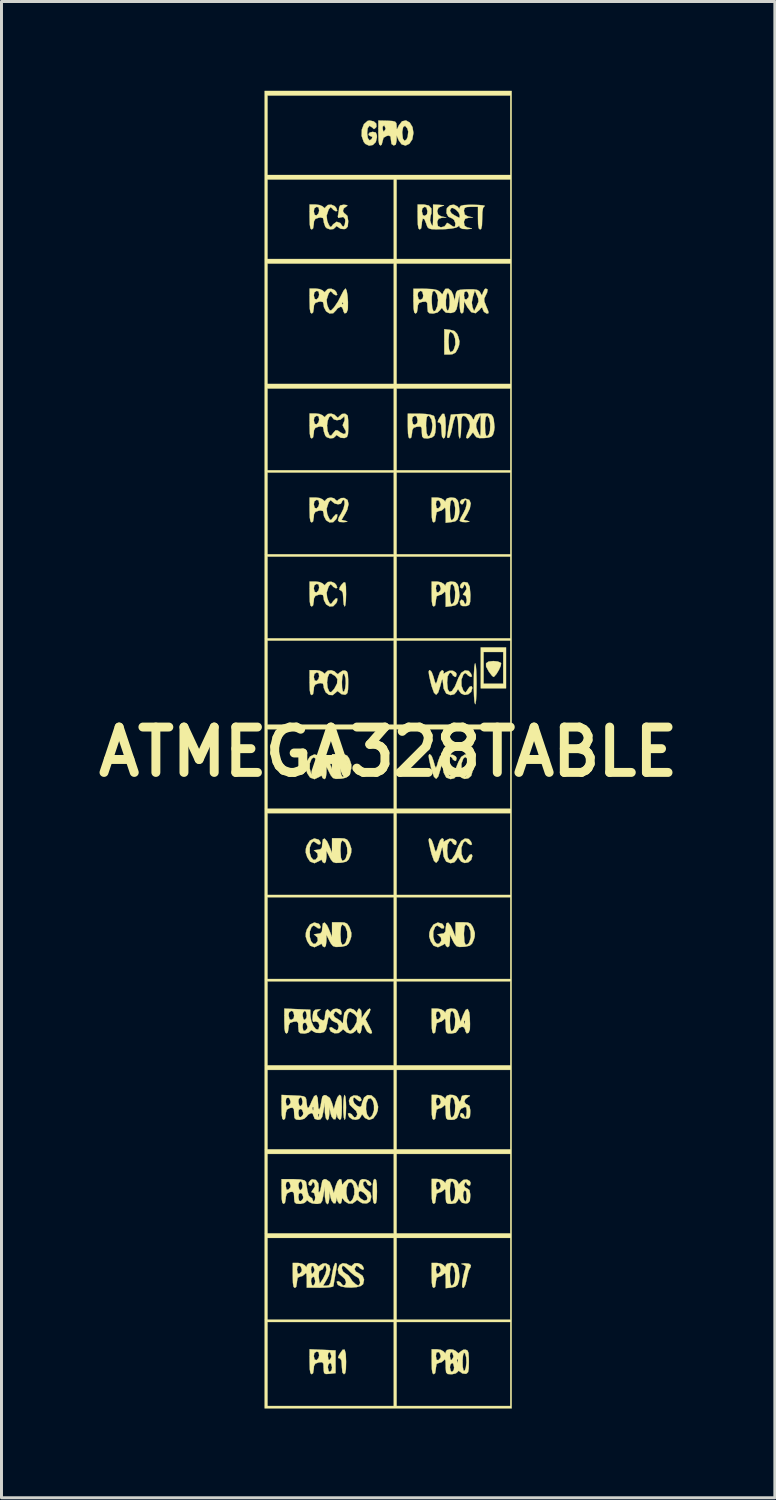
<source format=kicad_pcb>
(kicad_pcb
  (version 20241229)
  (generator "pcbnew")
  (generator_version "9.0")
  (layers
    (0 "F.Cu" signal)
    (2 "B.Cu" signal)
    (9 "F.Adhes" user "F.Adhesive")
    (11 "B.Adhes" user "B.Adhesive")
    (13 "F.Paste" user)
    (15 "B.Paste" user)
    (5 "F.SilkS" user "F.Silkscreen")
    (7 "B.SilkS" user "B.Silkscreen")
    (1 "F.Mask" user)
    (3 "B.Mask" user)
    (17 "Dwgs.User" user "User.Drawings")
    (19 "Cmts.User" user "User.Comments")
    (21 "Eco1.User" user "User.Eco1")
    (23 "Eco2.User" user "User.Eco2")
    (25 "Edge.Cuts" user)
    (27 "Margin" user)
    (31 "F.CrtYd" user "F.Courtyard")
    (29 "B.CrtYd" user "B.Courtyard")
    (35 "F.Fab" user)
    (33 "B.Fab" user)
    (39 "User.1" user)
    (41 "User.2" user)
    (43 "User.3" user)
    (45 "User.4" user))
  (footprint "ATMEGA328TABLE"
    (layer "F.Cu")
    (at 9.986 22.201)
    (property "Reference" "ATMEGA328TABLE" (at 0 0 0) (layer "F.SilkS") (effects (font (size 1.524 1.524) (thickness 0.3))))
    (attr through_hole)
    (fp_poly (pts (xy 3.958 -2.136) (xy 3.11 -2.136) (xy 3.11 -3.356) (xy 3.204 -3.356) (xy 3.204 -2.288) (xy 3.864 -2.288) (xy 3.864 -3.356) (xy 3.204 -3.356) (xy 3.11 -3.356) (xy 3.11 -3.509) (xy 3.958 -3.509) (xy 3.958 -2.136)) (stroke (width 0.01) (type solid)) (fill yes) (layer "F.SilkS"))
    (fp_poly (pts (xy -1.435 11.587) (xy -1.418 11.765) (xy -1.414 11.937) (xy -1.421 12.167) (xy -1.441 12.319) (xy -1.461 12.357) (xy -1.487 12.288) (xy -1.504 12.11) (xy -1.508 11.937) (xy -1.5 11.707) (xy -1.48 11.555) (xy -1.461 11.518) (xy -1.435 11.587)) (stroke (width 0.01) (type solid)) (fill yes) (layer "F.SilkS"))
    (fp_poly (pts (xy -0.405 14.378) (xy -0.383 14.51) (xy -0.377 14.759) (xy -0.383 15.012) (xy -0.406 15.143) (xy -0.448 15.179) (xy -0.49 15.141) (xy -0.512 15.009) (xy -0.518 14.759) (xy -0.512 14.506) (xy -0.49 14.376) (xy -0.448 14.34) (xy -0.405 14.378)) (stroke (width 0.01) (type solid)) (fill yes) (layer "F.SilkS"))
    (fp_poly (pts (xy 3.674 -3.037) (xy 3.771 -3) (xy 3.793 -2.975) (xy 3.779 -2.887) (xy 3.718 -2.752) (xy 3.636 -2.616) (xy 3.56 -2.529) (xy 3.534 -2.517) (xy 3.481 -2.564) (xy 3.392 -2.681) (xy 3.374 -2.708) (xy 3.288 -2.868) (xy 3.287 -2.975) (xy 3.371 -3.034) (xy 3.534 -3.051) (xy 3.674 -3.037)) (stroke (width 0.01) (type solid)) (fill yes) (layer "F.SilkS"))
    (fp_poly (pts (xy -1.44 -5.684) (xy -1.419 -5.557) (xy -1.414 -5.301) (xy -1.421 -5.071) (xy -1.441 -4.919) (xy -1.461 -4.882) (xy -1.492 -4.949) (xy -1.508 -5.114) (xy -1.508 -5.149) (xy -1.523 -5.346) (xy -1.572 -5.415) (xy -1.579 -5.416) (xy -1.643 -5.447) (xy -1.623 -5.534) (xy -1.567 -5.615) (xy -1.486 -5.697) (xy -1.44 -5.684)) (stroke (width 0.01) (type solid)) (fill yes) (layer "F.SilkS"))
    (fp_poly (pts (xy -1.425 20.214) (xy -1.414 20.48) (xy -1.42 20.733) (xy -1.442 20.863) (xy -1.484 20.9) (xy -1.537 20.842) (xy -1.555 20.657) (xy -1.555 20.633) (xy -1.568 20.442) (xy -1.613 20.369) (xy -1.633 20.366) (xy -1.682 20.353) (xy -1.667 20.291) (xy -1.626 20.213) (xy -1.528 20.075) (xy -1.462 20.074) (xy -1.425 20.214)) (stroke (width 0.01) (type solid)) (fill yes) (layer "F.SilkS"))
    (fp_poly (pts (xy 1.921 -11.211) (xy 1.932 -10.946) (xy 1.926 -10.693) (xy 1.903 -10.562) (xy 1.861 -10.526) (xy 1.809 -10.584) (xy 1.791 -10.769) (xy 1.791 -10.793) (xy 1.778 -10.984) (xy 1.732 -11.057) (xy 1.713 -11.06) (xy 1.664 -11.073) (xy 1.679 -11.135) (xy 1.72 -11.213) (xy 1.818 -11.351) (xy 1.884 -11.351) (xy 1.921 -11.211)) (stroke (width 0.01) (type solid)) (fill yes) (layer "F.SilkS"))
    (fp_poly (pts (xy 2.944 -2.903) (xy 2.96 -2.703) (xy 2.968 -2.402) (xy 2.969 -2.288) (xy 2.964 -1.959) (xy 2.95 -1.725) (xy 2.93 -1.609) (xy 2.922 -1.602) (xy 2.899 -1.674) (xy 2.883 -1.873) (xy 2.875 -2.175) (xy 2.875 -2.288) (xy 2.88 -2.617) (xy 2.893 -2.852) (xy 2.914 -2.967) (xy 2.922 -2.975) (xy 2.944 -2.903)) (stroke (width 0.01) (type solid)) (fill yes) (layer "F.SilkS"))
    (fp_poly (pts (xy 2.715 17.187) (xy 2.779 17.239) (xy 2.763 17.318) (xy 2.734 17.352) (xy 2.694 17.449) (xy 2.65 17.635) (xy 2.638 17.699) (xy 2.593 17.889) (xy 2.539 17.994) (xy 2.523 18.001) (xy 2.485 17.972) (xy 2.485 17.863) (xy 2.506 17.715) (xy 2.549 17.506) (xy 2.593 17.356) (xy 2.6 17.339) (xy 2.606 17.266) (xy 2.527 17.221) (xy 2.512 17.217) (xy 2.454 17.196) (xy 2.483 17.182) (xy 2.58 17.174) (xy 2.715 17.187)) (stroke (width 0.01) (type solid)) (fill yes) (layer "F.SilkS"))
    (fp_poly (pts (xy 2.084 -14.173) (xy 2.227 -14.133) (xy 2.314 -14.039) (xy 2.352 -13.948) (xy 2.395 -13.789) (xy 2.381 -13.659) (xy 2.341 -13.548) (xy 2.262 -13.409) (xy 2.154 -13.354) (xy 2.072 -13.348) (xy 1.885 -13.348) (xy 1.885 -13.768) (xy 2.026 -13.768) (xy 2.043 -13.525) (xy 2.09 -13.423) (xy 2.169 -13.463) (xy 2.205 -13.516) (xy 2.258 -13.685) (xy 2.249 -13.877) (xy 2.192 -14.037) (xy 2.097 -14.111) (xy 2.088 -14.111) (xy 2.044 -14.041) (xy 2.027 -13.827) (xy 2.026 -13.768) (xy 1.885 -13.768) (xy 1.885 -14.196) (xy 2.084 -14.173)) (stroke (width 0.01) (type solid)) (fill yes) (layer "F.SilkS"))
    (fp_poly (pts (xy 2.724 -8.463) (xy 2.774 -8.349) (xy 2.742 -8.174) (xy 2.662 -8.007) (xy 2.534 -7.792) (xy 2.669 -7.759) (xy 2.731 -7.739) (xy 2.706 -7.725) (xy 2.604 -7.715) (xy 2.481 -7.722) (xy 2.41 -7.751) (xy 2.403 -7.767) (xy 2.435 -7.857) (xy 2.511 -7.993) (xy 2.521 -8.009) (xy 2.598 -8.167) (xy 2.637 -8.325) (xy 2.63 -8.438) (xy 2.592 -8.467) (xy 2.546 -8.409) (xy 2.545 -8.39) (xy 2.506 -8.324) (xy 2.47 -8.314) (xy 2.416 -8.361) (xy 2.415 -8.409) (xy 2.471 -8.474) (xy 2.58 -8.504) (xy 2.595 -8.505) (xy 2.724 -8.463)) (stroke (width 0.01) (type solid)) (fill yes) (layer "F.SilkS"))
    (fp_poly (pts (xy -0.483 -21.174) (xy -0.402 -21.102) (xy -0.393 -21.004) (xy -0.411 -20.967) (xy -0.476 -20.915) (xy -0.538 -20.971) (xy -0.626 -21.028) (xy -0.687 -20.95) (xy -0.707 -20.785) (xy -0.683 -20.61) (xy -0.624 -20.536) (xy -0.552 -20.586) (xy -0.531 -20.655) (xy -0.58 -20.671) (xy -0.648 -20.708) (xy -0.66 -20.747) (xy -0.619 -20.801) (xy -0.52 -20.823) (xy -0.518 -20.823) (xy -0.417 -20.802) (xy -0.38 -20.715) (xy -0.377 -20.641) (xy -0.416 -20.48) (xy -0.514 -20.383) (xy -0.641 -20.359) (xy -0.767 -20.419) (xy -0.821 -20.486) (xy -0.891 -20.686) (xy -0.884 -20.9) (xy -0.814 -21.082) (xy -0.692 -21.19) (xy -0.621 -21.204) (xy -0.483 -21.174)) (stroke (width 0.01) (type solid)) (fill yes) (layer "F.SilkS"))
    (fp_poly (pts (xy 2.665 -5.687) (xy 2.737 -5.55) (xy 2.761 -5.286) (xy 2.761 -5.245) (xy 2.753 -5.039) (xy 2.722 -4.941) (xy 2.65 -4.904) (xy 2.614 -4.897) (xy 2.502 -4.897) (xy 2.437 -4.929) (xy 2.405 -5.042) (xy 2.451 -5.107) (xy 2.474 -5.111) (xy 2.537 -5.069) (xy 2.545 -5.034) (xy 2.581 -4.96) (xy 2.592 -4.958) (xy 2.63 -5.022) (xy 2.639 -5.111) (xy 2.606 -5.239) (xy 2.559 -5.263) (xy 2.51 -5.275) (xy 2.536 -5.329) (xy 2.571 -5.372) (xy 2.631 -5.473) (xy 2.613 -5.562) (xy 2.604 -5.578) (xy 2.555 -5.633) (xy 2.545 -5.583) (xy 2.506 -5.504) (xy 2.47 -5.492) (xy 2.414 -5.527) (xy 2.423 -5.604) (xy 2.482 -5.68) (xy 2.539 -5.708) (xy 2.665 -5.687)) (stroke (width 0.01) (type solid)) (fill yes) (layer "F.SilkS"))
    (fp_poly (pts (xy -2.203 20.08) (xy -1.767 20.099) (xy -1.767 20.862) (xy -1.967 20.885) (xy -2.093 20.893) (xy -2.151 20.86) (xy -2.167 20.761) (xy -2.168 20.691) (xy -2.169 20.671) (xy -2.026 20.671) (xy -1.997 20.795) (xy -1.956 20.823) (xy -1.898 20.76) (xy -1.885 20.671) (xy -1.914 20.547) (xy -1.956 20.518) (xy -2.013 20.582) (xy -2.026 20.671) (xy -2.169 20.671) (xy -2.176 20.547) (xy -2.219 20.494) (xy -2.325 20.502) (xy -2.333 20.504) (xy -2.446 20.543) (xy -2.492 20.626) (xy -2.498 20.717) (xy -2.523 20.864) (xy -2.568 20.9) (xy -2.611 20.862) (xy -2.633 20.73) (xy -2.639 20.481) (xy -2.639 20.295) (xy -2.498 20.295) (xy -2.468 20.408) (xy -2.403 20.427) (xy -2.34 20.356) (xy -2.323 20.289) (xy -2.026 20.289) (xy -2.005 20.41) (xy -1.967 20.423) (xy -1.913 20.329) (xy -1.909 20.289) (xy -1.946 20.175) (xy -1.967 20.156) (xy -2.015 20.191) (xy -2.026 20.289) (xy -2.323 20.289) (xy -2.318 20.27) (xy -2.335 20.161) (xy -2.4 20.137) (xy -2.48 20.187) (xy -2.498 20.295) (xy -2.639 20.295) (xy -2.639 20.061) (xy -2.203 20.08)) (stroke (width 0.01) (type solid)) (fill yes) (layer "F.SilkS"))
    (fp_poly (pts (xy 1.071 -11.358) (xy 1.264 -11.348) (xy 1.424 -11.323) (xy 1.525 -11.289) (xy 1.542 -11.274) (xy 1.587 -11.133) (xy 1.6 -10.923) (xy 1.581 -10.719) (xy 1.546 -10.618) (xy 1.464 -10.557) (xy 1.335 -10.527) (xy 1.31 -10.526) (xy 1.193 -10.537) (xy 1.142 -10.591) (xy 1.131 -10.722) (xy 1.131 -10.74) (xy 1.123 -10.881) (xy 1.079 -10.931) (xy 0.972 -10.923) (xy 0.966 -10.922) (xy 0.853 -10.882) (xy 0.807 -10.8) (xy 0.801 -10.708) (xy 0.776 -10.561) (xy 0.73 -10.526) (xy 0.688 -10.564) (xy 0.666 -10.697) (xy 0.66 -10.943) (xy 0.66 -10.946) (xy 1.272 -10.946) (xy 1.29 -10.711) (xy 1.337 -10.6) (xy 1.4 -10.622) (xy 1.467 -10.783) (xy 1.487 -10.98) (xy 1.455 -11.162) (xy 1.382 -11.275) (xy 1.341 -11.289) (xy 1.296 -11.241) (xy 1.275 -11.08) (xy 1.272 -10.946) (xy 0.66 -10.946) (xy 0.66 -11.136) (xy 0.801 -11.136) (xy 0.834 -11.009) (xy 0.895 -10.984) (xy 0.974 -11.038) (xy 0.99 -11.136) (xy 0.956 -11.264) (xy 0.895 -11.289) (xy 0.817 -11.235) (xy 0.801 -11.136) (xy 0.66 -11.136) (xy 0.66 -11.36) (xy 1.071 -11.358)) (stroke (width 0.01) (type solid)) (fill yes) (layer "F.SilkS"))
    (fp_poly (pts (xy -2.299 -5.703) (xy -2.2 -5.657) (xy -2.182 -5.638) (xy -2.126 -5.596) (xy -2.1 -5.638) (xy -2.026 -5.706) (xy -1.911 -5.715) (xy -1.798 -5.669) (xy -1.744 -5.606) (xy -1.71 -5.516) (xy -1.748 -5.492) (xy -1.752 -5.492) (xy -1.842 -5.542) (xy -1.879 -5.587) (xy -1.936 -5.635) (xy -1.995 -5.558) (xy -2.006 -5.535) (xy -2.067 -5.347) (xy -2.049 -5.177) (xy -2.007 -5.069) (xy -1.955 -4.97) (xy -1.908 -4.977) (xy -1.842 -5.067) (xy -1.756 -5.156) (xy -1.707 -5.15) (xy -1.716 -5.06) (xy -1.743 -4.998) (xy -1.845 -4.893) (xy -1.969 -4.884) (xy -2.084 -4.956) (xy -2.157 -5.096) (xy -2.168 -5.187) (xy -2.19 -5.267) (xy -2.271 -5.286) (xy -2.333 -5.278) (xy -2.446 -5.238) (xy -2.492 -5.155) (xy -2.498 -5.064) (xy -2.523 -4.917) (xy -2.568 -4.882) (xy -2.611 -4.919) (xy -2.633 -5.052) (xy -2.639 -5.301) (xy -2.639 -5.486) (xy -2.498 -5.486) (xy -2.468 -5.373) (xy -2.403 -5.355) (xy -2.34 -5.425) (xy -2.318 -5.512) (xy -2.335 -5.62) (xy -2.4 -5.644) (xy -2.48 -5.594) (xy -2.498 -5.486) (xy -2.639 -5.486) (xy -2.639 -5.721) (xy -2.436 -5.721) (xy -2.299 -5.703)) (stroke (width 0.01) (type solid)) (fill yes) (layer "F.SilkS"))
    (fp_poly (pts (xy 1.772 -8.52) (xy 1.866 -8.464) (xy 1.876 -8.451) (xy 1.922 -8.398) (xy 1.932 -8.451) (xy 1.976 -8.514) (xy 2.094 -8.542) (xy 2.122 -8.543) (xy 2.254 -8.525) (xy 2.328 -8.453) (xy 2.366 -8.349) (xy 2.394 -8.08) (xy 2.376 -7.949) (xy 2.331 -7.812) (xy 2.253 -7.745) (xy 2.131 -7.719) (xy 1.932 -7.695) (xy 1.932 -7.982) (xy 1.927 -8.123) (xy 2.073 -8.123) (xy 2.083 -7.896) (xy 2.115 -7.793) (xy 2.143 -7.78) (xy 2.206 -7.845) (xy 2.242 -7.965) (xy 2.252 -8.186) (xy 2.221 -8.368) (xy 2.159 -8.463) (xy 2.141 -8.467) (xy 2.096 -8.415) (xy 2.076 -8.247) (xy 2.073 -8.123) (xy 1.927 -8.123) (xy 1.926 -8.16) (xy 1.903 -8.208) (xy 1.876 -8.177) (xy 1.785 -8.103) (xy 1.711 -8.085) (xy 1.627 -8.05) (xy 1.602 -7.916) (xy 1.602 -7.895) (xy 1.578 -7.741) (xy 1.532 -7.704) (xy 1.489 -7.742) (xy 1.467 -7.874) (xy 1.461 -8.123) (xy 1.461 -8.314) (xy 1.602 -8.314) (xy 1.626 -8.189) (xy 1.685 -8.176) (xy 1.755 -8.251) (xy 1.767 -8.314) (xy 1.728 -8.422) (xy 1.685 -8.452) (xy 1.618 -8.426) (xy 1.602 -8.314) (xy 1.461 -8.314) (xy 1.461 -8.543) (xy 1.64 -8.543) (xy 1.772 -8.52)) (stroke (width 0.01) (type solid)) (fill yes) (layer "F.SilkS"))
    (fp_poly (pts (xy 1.772 -5.698) (xy 1.866 -5.642) (xy 1.876 -5.629) (xy 1.922 -5.576) (xy 1.932 -5.629) (xy 1.976 -5.692) (xy 2.094 -5.72) (xy 2.122 -5.721) (xy 2.254 -5.703) (xy 2.328 -5.631) (xy 2.366 -5.527) (xy 2.394 -5.258) (xy 2.376 -5.127) (xy 2.331 -4.99) (xy 2.253 -4.923) (xy 2.131 -4.896) (xy 1.932 -4.873) (xy 1.932 -5.16) (xy 1.927 -5.301) (xy 2.073 -5.301) (xy 2.083 -5.074) (xy 2.115 -4.971) (xy 2.143 -4.958) (xy 2.206 -5.023) (xy 2.242 -5.143) (xy 2.252 -5.364) (xy 2.221 -5.546) (xy 2.159 -5.64) (xy 2.141 -5.644) (xy 2.096 -5.593) (xy 2.076 -5.425) (xy 2.073 -5.301) (xy 1.927 -5.301) (xy 1.926 -5.338) (xy 1.903 -5.385) (xy 1.876 -5.355) (xy 1.785 -5.281) (xy 1.711 -5.263) (xy 1.627 -5.227) (xy 1.602 -5.094) (xy 1.602 -5.072) (xy 1.578 -4.919) (xy 1.532 -4.882) (xy 1.489 -4.919) (xy 1.467 -5.052) (xy 1.461 -5.301) (xy 1.461 -5.492) (xy 1.602 -5.492) (xy 1.626 -5.367) (xy 1.685 -5.354) (xy 1.755 -5.429) (xy 1.767 -5.492) (xy 1.728 -5.6) (xy 1.685 -5.63) (xy 1.618 -5.603) (xy 1.602 -5.492) (xy 1.461 -5.492) (xy 1.461 -5.721) (xy 1.64 -5.721) (xy 1.772 -5.698)) (stroke (width 0.01) (type solid)) (fill yes) (layer "F.SilkS"))
    (fp_poly (pts (xy 1.772 17.185) (xy 1.866 17.241) (xy 1.876 17.254) (xy 1.922 17.307) (xy 1.932 17.254) (xy 1.976 17.191) (xy 2.094 17.163) (xy 2.122 17.162) (xy 2.254 17.18) (xy 2.328 17.252) (xy 2.366 17.356) (xy 2.394 17.625) (xy 2.376 17.756) (xy 2.331 17.893) (xy 2.253 17.96) (xy 2.131 17.987) (xy 1.932 18.01) (xy 1.932 17.723) (xy 1.927 17.582) (xy 2.073 17.582) (xy 2.083 17.809) (xy 2.115 17.912) (xy 2.143 17.925) (xy 2.206 17.86) (xy 2.242 17.74) (xy 2.252 17.519) (xy 2.221 17.337) (xy 2.159 17.242) (xy 2.141 17.238) (xy 2.096 17.29) (xy 2.076 17.458) (xy 2.073 17.582) (xy 1.927 17.582) (xy 1.926 17.545) (xy 1.903 17.497) (xy 1.876 17.528) (xy 1.785 17.602) (xy 1.711 17.62) (xy 1.627 17.655) (xy 1.602 17.789) (xy 1.602 17.811) (xy 1.578 17.964) (xy 1.532 18.001) (xy 1.489 17.964) (xy 1.467 17.831) (xy 1.461 17.582) (xy 1.461 17.391) (xy 1.602 17.391) (xy 1.626 17.516) (xy 1.685 17.529) (xy 1.755 17.454) (xy 1.767 17.391) (xy 1.728 17.283) (xy 1.685 17.253) (xy 1.618 17.279) (xy 1.602 17.391) (xy 1.461 17.391) (xy 1.461 17.162) (xy 1.64 17.162) (xy 1.772 17.185)) (stroke (width 0.01) (type solid)) (fill yes) (layer "F.SilkS"))
    (fp_poly (pts (xy 0.724 -21.136) (xy 0.817 -20.982) (xy 0.848 -20.785) (xy 0.809 -20.569) (xy 0.711 -20.423) (xy 0.582 -20.363) (xy 0.452 -20.403) (xy 0.356 -20.535) (xy 0.283 -20.705) (xy 0.283 -20.535) (xy 0.255 -20.397) (xy 0.188 -20.366) (xy 0.113 -20.414) (xy 0.094 -20.543) (xy 0.081 -20.665) (xy 0.024 -20.699) (xy -0.047 -20.687) (xy -0.156 -20.626) (xy -0.188 -20.51) (xy -0.219 -20.391) (xy -0.259 -20.366) (xy -0.302 -20.403) (xy -0.324 -20.536) (xy -0.33 -20.784) (xy -0.33 -20.793) (xy 0.471 -20.793) (xy 0.494 -20.597) (xy 0.549 -20.52) (xy 0.619 -20.573) (xy 0.656 -20.66) (xy 0.674 -20.834) (xy 0.642 -20.939) (xy 0.567 -21.027) (xy 0.503 -20.983) (xy 0.472 -20.824) (xy 0.471 -20.793) (xy -0.33 -20.793) (xy -0.33 -20.938) (xy -0.188 -20.938) (xy -0.165 -20.843) (xy -0.138 -20.838) (xy -0.089 -20.917) (xy -0.087 -20.938) (xy -0.124 -21.027) (xy -0.138 -21.038) (xy -0.181 -21.001) (xy -0.188 -20.938) (xy -0.33 -20.938) (xy -0.33 -21.203) (xy -0.024 -21.196) (xy 0.142 -21.187) (xy 0.234 -21.164) (xy 0.274 -21.114) (xy 0.283 -21.027) (xy 0.283 -21.027) (xy 0.286 -20.918) (xy 0.308 -20.929) (xy 0.356 -21.035) (xy 0.465 -21.177) (xy 0.597 -21.206) (xy 0.724 -21.136)) (stroke (width 0.01) (type solid)) (fill yes) (layer "F.SilkS"))
    (fp_poly (pts (xy -0.903 17.214) (xy -0.848 17.277) (xy -0.814 17.367) (xy -0.853 17.391) (xy -0.857 17.391) (xy -0.949 17.341) (xy -0.976 17.306) (xy -1.05 17.258) (xy -1.08 17.272) (xy -1.129 17.367) (xy -1.088 17.451) (xy -0.986 17.507) (xy -0.859 17.594) (xy -0.809 17.726) (xy -0.844 17.878) (xy -0.922 17.937) (xy -1.063 17.975) (xy -1.239 17.99) (xy -1.42 17.983) (xy -1.578 17.954) (xy -1.681 17.904) (xy -1.7 17.88) (xy -1.729 17.794) (xy -1.681 17.772) (xy -1.599 17.815) (xy -1.579 17.849) (xy -1.514 17.921) (xy -1.443 17.899) (xy -1.414 17.807) (xy -1.454 17.702) (xy -1.551 17.611) (xy -1.558 17.607) (xy -1.661 17.519) (xy -1.689 17.396) (xy -1.687 17.363) (xy -1.683 17.351) (xy -1.555 17.351) (xy -1.515 17.452) (xy -1.437 17.512) (xy -1.333 17.581) (xy -1.284 17.647) (xy -1.202 17.773) (xy -1.085 17.881) (xy -1.001 17.92) (xy -0.95 17.863) (xy -0.942 17.808) (xy -0.981 17.685) (xy -1.013 17.656) (xy -1.138 17.582) (xy -1.257 17.482) (xy -1.343 17.396) (xy -1.466 17.279) (xy -1.531 17.253) (xy -1.554 17.313) (xy -1.555 17.351) (xy -1.683 17.351) (xy -1.635 17.233) (xy -1.526 17.171) (xy -1.393 17.19) (xy -1.325 17.234) (xy -1.232 17.273) (xy -1.202 17.239) (xy -1.13 17.174) (xy -1.016 17.168) (xy -0.903 17.214)) (stroke (width 0.01) (type solid)) (fill yes) (layer "F.SilkS"))
    (fp_poly (pts (xy -0.562 11.535) (xy -0.44 11.639) (xy -0.381 11.757) (xy -0.338 11.916) (xy -0.352 12.046) (xy -0.393 12.157) (xy -0.503 12.311) (xy -0.644 12.359) (xy -0.779 12.294) (xy -0.817 12.244) (xy -0.874 12.171) (xy -0.906 12.216) (xy -0.913 12.244) (xy -0.976 12.325) (xy -1.089 12.355) (xy -1.213 12.334) (xy -1.308 12.262) (xy -1.319 12.242) (xy -1.353 12.152) (xy -1.311 12.128) (xy -1.304 12.128) (xy -1.222 12.171) (xy -1.202 12.204) (xy -1.137 12.276) (xy -1.066 12.255) (xy -1.037 12.162) (xy -1.077 12.058) (xy -1.134 12.004) (xy -0.744 12.004) (xy -0.71 12.175) (xy -0.641 12.274) (xy -0.613 12.28) (xy -0.559 12.234) (xy -0.528 12.189) (xy -0.476 12.035) (xy -0.477 11.864) (xy -0.516 11.716) (xy -0.583 11.631) (xy -0.665 11.649) (xy -0.683 11.67) (xy -0.738 11.817) (xy -0.744 12.004) (xy -1.134 12.004) (xy -1.174 11.966) (xy -1.181 11.963) (xy -1.29 11.852) (xy -1.319 11.716) (xy -1.271 11.596) (xy -1.155 11.536) (xy -1.033 11.545) (xy -0.939 11.597) (xy -0.898 11.671) (xy -0.911 11.72) (xy -0.974 11.731) (xy -1.038 11.686) (xy -1.132 11.606) (xy -1.171 11.621) (xy -1.178 11.701) (xy -1.138 11.799) (xy -1.042 11.885) (xy -1.041 11.885) (xy -0.943 11.926) (xy -0.896 11.882) (xy -0.875 11.78) (xy -0.808 11.606) (xy -0.694 11.524) (xy -0.562 11.535)) (stroke (width 0.01) (type solid)) (fill yes) (layer "F.SilkS"))
    (fp_poly (pts (xy -1.471 0.086) (xy -1.377 0.126) (xy -1.314 0.216) (xy -1.288 0.276) (xy -1.236 0.434) (xy -1.242 0.564) (xy -1.277 0.676) (xy -1.332 0.797) (xy -1.409 0.862) (xy -1.54 0.894) (xy -1.604 0.901) (xy -1.758 0.907) (xy -1.853 0.877) (xy -1.923 0.793) (xy -1.967 0.71) (xy -2.073 0.496) (xy -2.073 0.706) (xy -2.096 0.873) (xy -2.144 0.915) (xy -2.207 0.873) (xy -2.215 0.836) (xy -2.244 0.796) (xy -2.306 0.836) (xy -2.474 0.916) (xy -2.622 0.862) (xy -2.718 0.716) (xy -2.769 0.557) (xy -2.763 0.427) (xy -2.729 0.315) (xy -2.626 0.155) (xy -2.481 0.085) (xy -2.338 0.123) (xy -2.31 0.148) (xy -2.265 0.232) (xy -2.288 0.284) (xy -2.357 0.28) (xy -2.409 0.241) (xy -2.502 0.183) (xy -2.572 0.234) (xy -2.632 0.386) (xy -2.634 0.562) (xy -2.589 0.717) (xy -2.511 0.804) (xy -2.433 0.794) (xy -2.364 0.7) (xy -2.374 0.589) (xy -2.457 0.513) (xy -2.462 0.511) (xy -2.497 0.489) (xy -2.442 0.472) (xy -2.392 0.468) (xy -2.275 0.448) (xy -2.225 0.387) (xy -2.215 0.267) (xy -2.192 0.114) (xy -2.133 0.087) (xy -2.05 0.185) (xy -1.985 0.324) (xy -1.887 0.572) (xy -1.886 0.496) (xy -1.602 0.496) (xy -1.586 0.739) (xy -1.538 0.841) (xy -1.46 0.8) (xy -1.423 0.748) (xy -1.371 0.579) (xy -1.379 0.387) (xy -1.436 0.226) (xy -1.532 0.153) (xy -1.541 0.153) (xy -1.584 0.223) (xy -1.602 0.437) (xy -1.602 0.496) (xy -1.886 0.496) (xy -1.885 0.076) (xy -1.627 0.076) (xy -1.471 0.086)) (stroke (width 0.01) (type solid)) (fill yes) (layer "F.SilkS"))
    (fp_poly (pts (xy -1.471 5.73) (xy -1.377 5.771) (xy -1.314 5.861) (xy -1.288 5.92) (xy -1.236 6.079) (xy -1.242 6.209) (xy -1.277 6.321) (xy -1.332 6.441) (xy -1.409 6.507) (xy -1.54 6.538) (xy -1.604 6.545) (xy -1.758 6.551) (xy -1.853 6.521) (xy -1.923 6.437) (xy -1.967 6.355) (xy -2.073 6.14) (xy -2.073 6.35) (xy -2.096 6.518) (xy -2.144 6.56) (xy -2.207 6.517) (xy -2.215 6.481) (xy -2.244 6.441) (xy -2.306 6.481) (xy -2.474 6.56) (xy -2.622 6.507) (xy -2.718 6.36) (xy -2.769 6.202) (xy -2.763 6.072) (xy -2.729 5.96) (xy -2.626 5.799) (xy -2.481 5.73) (xy -2.338 5.768) (xy -2.31 5.792) (xy -2.265 5.877) (xy -2.288 5.929) (xy -2.357 5.924) (xy -2.409 5.885) (xy -2.502 5.828) (xy -2.572 5.878) (xy -2.632 6.03) (xy -2.634 6.207) (xy -2.589 6.362) (xy -2.511 6.448) (xy -2.433 6.439) (xy -2.364 6.344) (xy -2.374 6.234) (xy -2.457 6.158) (xy -2.462 6.156) (xy -2.497 6.133) (xy -2.442 6.117) (xy -2.392 6.112) (xy -2.275 6.093) (xy -2.225 6.031) (xy -2.215 5.911) (xy -2.192 5.758) (xy -2.133 5.732) (xy -2.05 5.829) (xy -1.985 5.969) (xy -1.887 6.217) (xy -1.886 6.14) (xy -1.602 6.14) (xy -1.586 6.383) (xy -1.538 6.485) (xy -1.46 6.445) (xy -1.423 6.392) (xy -1.371 6.223) (xy -1.379 6.031) (xy -1.436 5.871) (xy -1.532 5.797) (xy -1.541 5.797) (xy -1.584 5.867) (xy -1.602 6.081) (xy -1.602 6.14) (xy -1.886 6.14) (xy -1.885 5.721) (xy -1.627 5.721) (xy -1.471 5.73)) (stroke (width 0.01) (type solid)) (fill yes) (layer "F.SilkS"))
    (fp_poly (pts (xy 2.676 5.73) (xy 2.77 5.771) (xy 2.833 5.861) (xy 2.859 5.92) (xy 2.911 6.079) (xy 2.905 6.209) (xy 2.87 6.321) (xy 2.815 6.441) (xy 2.738 6.507) (xy 2.607 6.538) (xy 2.543 6.545) (xy 2.389 6.551) (xy 2.294 6.521) (xy 2.224 6.437) (xy 2.18 6.355) (xy 2.074 6.14) (xy 2.074 6.35) (xy 2.051 6.518) (xy 2.003 6.56) (xy 1.94 6.517) (xy 1.932 6.481) (xy 1.903 6.441) (xy 1.841 6.481) (xy 1.673 6.56) (xy 1.525 6.507) (xy 1.429 6.36) (xy 1.378 6.202) (xy 1.384 6.072) (xy 1.418 5.96) (xy 1.521 5.799) (xy 1.666 5.73) (xy 1.809 5.768) (xy 1.836 5.792) (xy 1.882 5.877) (xy 1.859 5.929) (xy 1.79 5.924) (xy 1.738 5.885) (xy 1.645 5.828) (xy 1.575 5.878) (xy 1.515 6.03) (xy 1.513 6.207) (xy 1.557 6.362) (xy 1.636 6.448) (xy 1.714 6.439) (xy 1.783 6.344) (xy 1.773 6.234) (xy 1.69 6.158) (xy 1.685 6.156) (xy 1.65 6.133) (xy 1.705 6.117) (xy 1.755 6.112) (xy 1.872 6.093) (xy 1.922 6.031) (xy 1.932 5.911) (xy 1.955 5.758) (xy 2.014 5.732) (xy 2.097 5.829) (xy 2.162 5.969) (xy 2.26 6.217) (xy 2.261 6.14) (xy 2.545 6.14) (xy 2.561 6.383) (xy 2.609 6.485) (xy 2.687 6.445) (xy 2.724 6.392) (xy 2.776 6.223) (xy 2.768 6.031) (xy 2.711 5.871) (xy 2.615 5.797) (xy 2.606 5.797) (xy 2.563 5.867) (xy 2.545 6.081) (xy 2.545 6.14) (xy 2.261 6.14) (xy 2.262 5.721) (xy 2.52 5.721) (xy 2.676 5.73)) (stroke (width 0.01) (type solid)) (fill yes) (layer "F.SilkS"))
    (fp_poly (pts (xy -1.471 2.908) (xy -1.377 2.948) (xy -1.314 3.039) (xy -1.288 3.098) (xy -1.236 3.256) (xy -1.242 3.386) (xy -1.277 3.498) (xy -1.332 3.619) (xy -1.409 3.685) (xy -1.54 3.716) (xy -1.604 3.723) (xy -1.758 3.729) (xy -1.853 3.699) (xy -1.923 3.615) (xy -1.967 3.532) (xy -2.073 3.318) (xy -2.073 3.528) (xy -2.096 3.695) (xy -2.144 3.738) (xy -2.207 3.695) (xy -2.215 3.659) (xy -2.244 3.619) (xy -2.306 3.659) (xy -2.474 3.738) (xy -2.622 3.684) (xy -2.718 3.538) (xy -2.769 3.38) (xy -2.763 3.249) (xy -2.729 3.138) (xy -2.626 2.977) (xy -2.481 2.907) (xy -2.338 2.945) (xy -2.31 2.97) (xy -2.265 3.055) (xy -2.288 3.106) (xy -2.357 3.102) (xy -2.409 3.063) (xy -2.502 3.005) (xy -2.572 3.056) (xy -2.632 3.208) (xy -2.634 3.385) (xy -2.589 3.539) (xy -2.511 3.626) (xy -2.433 3.616) (xy -2.364 3.522) (xy -2.374 3.411) (xy -2.457 3.335) (xy -2.462 3.334) (xy -2.497 3.311) (xy -2.442 3.295) (xy -2.392 3.29) (xy -2.275 3.27) (xy -2.225 3.209) (xy -2.215 3.089) (xy -2.192 2.936) (xy -2.133 2.91) (xy -2.05 3.007) (xy -1.985 3.146) (xy -1.887 3.394) (xy -1.886 3.318) (xy -1.602 3.318) (xy -1.586 3.561) (xy -1.538 3.663) (xy -1.46 3.622) (xy -1.423 3.57) (xy -1.371 3.401) (xy -1.379 3.209) (xy -1.436 3.049) (xy -1.532 2.975) (xy -1.541 2.975) (xy -1.584 3.045) (xy -1.602 3.259) (xy -1.602 3.318) (xy -1.886 3.318) (xy -1.886 3.146) (xy -1.885 2.898) (xy -1.627 2.898) (xy -1.471 2.908)) (stroke (width 0.01) (type solid)) (fill yes) (layer "F.SilkS"))
    (fp_poly (pts (xy -2.299 -15.542) (xy -2.2 -15.497) (xy -2.182 -15.477) (xy -2.126 -15.436) (xy -2.1 -15.477) (xy -2.026 -15.546) (xy -1.911 -15.555) (xy -1.798 -15.508) (xy -1.744 -15.446) (xy -1.71 -15.355) (xy -1.748 -15.332) (xy -1.752 -15.332) (xy -1.842 -15.381) (xy -1.879 -15.427) (xy -1.936 -15.475) (xy -1.995 -15.398) (xy -2.006 -15.374) (xy -2.067 -15.186) (xy -2.049 -15.016) (xy -2.01 -14.915) (xy -1.963 -14.829) (xy -1.914 -14.828) (xy -1.83 -14.915) (xy -1.81 -14.939) (xy -1.725 -15.065) (xy -1.555 -15.065) (xy -1.532 -15.026) (xy -1.508 -15.065) (xy -1.532 -15.103) (xy -1.555 -15.065) (xy -1.725 -15.065) (xy -1.684 -15.126) (xy -1.579 -15.332) (xy -1.502 -15.483) (xy -1.438 -15.558) (xy -1.43 -15.56) (xy -1.394 -15.493) (xy -1.366 -15.325) (xy -1.351 -15.111) (xy -1.353 -14.901) (xy -1.358 -14.852) (xy -1.4 -14.747) (xy -1.463 -14.727) (xy -1.505 -14.799) (xy -1.508 -14.836) (xy -1.547 -14.93) (xy -1.596 -14.95) (xy -1.701 -14.895) (xy -1.744 -14.836) (xy -1.846 -14.732) (xy -1.97 -14.724) (xy -2.084 -14.797) (xy -2.157 -14.936) (xy -2.168 -15.026) (xy -2.19 -15.107) (xy -2.271 -15.126) (xy -2.333 -15.117) (xy -2.446 -15.078) (xy -2.492 -14.995) (xy -2.498 -14.904) (xy -2.523 -14.757) (xy -2.568 -14.721) (xy -2.611 -14.759) (xy -2.633 -14.891) (xy -2.639 -15.141) (xy -2.639 -15.326) (xy -2.498 -15.326) (xy -2.468 -15.213) (xy -2.403 -15.194) (xy -2.34 -15.265) (xy -2.318 -15.351) (xy -2.335 -15.46) (xy -2.4 -15.484) (xy -2.48 -15.434) (xy -2.498 -15.326) (xy -2.639 -15.326) (xy -2.639 -15.56) (xy -2.436 -15.56) (xy -2.299 -15.542)) (stroke (width 0.01) (type solid)) (fill yes) (layer "F.SilkS"))
    (fp_poly (pts (xy -2.299 -8.525) (xy -2.2 -8.479) (xy -2.182 -8.46) (xy -2.126 -8.418) (xy -2.1 -8.46) (xy -2.03 -8.522) (xy -1.919 -8.541) (xy -1.813 -8.514) (xy -1.766 -8.463) (xy -1.713 -8.427) (xy -1.672 -8.468) (xy -1.58 -8.524) (xy -1.476 -8.529) (xy -1.364 -8.46) (xy -1.33 -8.322) (xy -1.375 -8.132) (xy -1.438 -8.007) (xy -1.566 -7.792) (xy -1.431 -7.759) (xy -1.369 -7.739) (xy -1.394 -7.725) (xy -1.496 -7.715) (xy -1.636 -7.722) (xy -1.687 -7.773) (xy -1.654 -7.883) (xy -1.579 -8.009) (xy -1.501 -8.167) (xy -1.463 -8.325) (xy -1.47 -8.438) (xy -1.508 -8.467) (xy -1.554 -8.409) (xy -1.555 -8.39) (xy -1.594 -8.332) (xy -1.685 -8.316) (xy -1.791 -8.34) (xy -1.873 -8.401) (xy -1.879 -8.409) (xy -1.936 -8.458) (xy -1.995 -8.38) (xy -2.006 -8.357) (xy -2.067 -8.169) (xy -2.049 -7.999) (xy -2.007 -7.891) (xy -1.955 -7.793) (xy -1.908 -7.799) (xy -1.842 -7.889) (xy -1.756 -7.979) (xy -1.707 -7.972) (xy -1.716 -7.883) (xy -1.743 -7.82) (xy -1.845 -7.716) (xy -1.969 -7.706) (xy -2.084 -7.779) (xy -2.157 -7.918) (xy -2.168 -8.009) (xy -2.19 -8.09) (xy -2.271 -8.108) (xy -2.333 -8.1) (xy -2.446 -8.06) (xy -2.492 -7.978) (xy -2.498 -7.886) (xy -2.523 -7.739) (xy -2.568 -7.704) (xy -2.611 -7.742) (xy -2.633 -7.874) (xy -2.639 -8.123) (xy -2.639 -8.309) (xy -2.498 -8.309) (xy -2.468 -8.196) (xy -2.403 -8.177) (xy -2.34 -8.248) (xy -2.318 -8.334) (xy -2.335 -8.443) (xy -2.4 -8.467) (xy -2.48 -8.416) (xy -2.498 -8.309) (xy -2.639 -8.309) (xy -2.639 -8.543) (xy -2.436 -8.543) (xy -2.299 -8.525)) (stroke (width 0.01) (type solid)) (fill yes) (layer "F.SilkS"))
    (fp_poly (pts (xy 1.864 -2.708) (xy 1.859 -2.662) (xy 1.86 -2.62) (xy 1.929 -2.667) (xy 2.049 -2.726) (xy 2.176 -2.724) (xy 2.271 -2.667) (xy 2.298 -2.612) (xy 2.278 -2.529) (xy 2.246 -2.517) (xy 2.172 -2.568) (xy 2.157 -2.607) (xy 2.105 -2.66) (xy 2.059 -2.648) (xy 1.997 -2.535) (xy 1.979 -2.326) (xy 2.001 -2.106) (xy 2.059 -2.014) (xy 2.143 -2.046) (xy 2.244 -2.199) (xy 2.352 -2.468) (xy 2.358 -2.485) (xy 2.453 -2.655) (xy 2.579 -2.737) (xy 2.705 -2.719) (xy 2.778 -2.635) (xy 2.815 -2.542) (xy 2.78 -2.517) (xy 2.772 -2.517) (xy 2.681 -2.567) (xy 2.65 -2.605) (xy 2.585 -2.652) (xy 2.523 -2.596) (xy 2.46 -2.425) (xy 2.463 -2.218) (xy 2.526 -2.053) (xy 2.595 -1.993) (xy 2.652 -2.062) (xy 2.661 -2.081) (xy 2.731 -2.183) (xy 2.798 -2.211) (xy 2.827 -2.152) (xy 2.827 -2.151) (xy 2.788 -2.018) (xy 2.69 -1.936) (xy 2.567 -1.913) (xy 2.452 -1.96) (xy 2.401 -2.026) (xy 2.348 -2.106) (xy 2.311 -2.06) (xy 2.299 -2.026) (xy 2.22 -1.937) (xy 2.096 -1.907) (xy 1.949 -1.961) (xy 1.863 -2.128) (xy 1.834 -2.379) (xy 1.824 -2.452) (xy 1.796 -2.395) (xy 1.754 -2.231) (xy 1.683 -2) (xy 1.612 -1.919) (xy 1.539 -1.987) (xy 1.461 -2.205) (xy 1.43 -2.327) (xy 1.376 -2.564) (xy 1.36 -2.692) (xy 1.378 -2.741) (xy 1.399 -2.746) (xy 1.462 -2.682) (xy 1.52 -2.526) (xy 1.522 -2.517) (xy 1.566 -2.36) (xy 1.601 -2.289) (xy 1.602 -2.288) (xy 1.635 -2.352) (xy 1.679 -2.505) (xy 1.682 -2.517) (xy 1.741 -2.677) (xy 1.811 -2.746) (xy 1.813 -2.746) (xy 1.864 -2.708)) (stroke (width 0.01) (type solid)) (fill yes) (layer "F.SilkS"))
    (fp_poly (pts (xy 1.864 0.114) (xy 1.859 0.16) (xy 1.86 0.202) (xy 1.929 0.155) (xy 2.049 0.097) (xy 2.176 0.098) (xy 2.271 0.155) (xy 2.298 0.21) (xy 2.278 0.293) (xy 2.246 0.305) (xy 2.172 0.254) (xy 2.157 0.215) (xy 2.105 0.162) (xy 2.059 0.175) (xy 1.997 0.287) (xy 1.979 0.496) (xy 2.001 0.717) (xy 2.059 0.809) (xy 2.143 0.776) (xy 2.244 0.623) (xy 2.352 0.354) (xy 2.358 0.337) (xy 2.453 0.168) (xy 2.579 0.086) (xy 2.705 0.103) (xy 2.778 0.187) (xy 2.815 0.28) (xy 2.78 0.305) (xy 2.772 0.305) (xy 2.681 0.255) (xy 2.65 0.217) (xy 2.585 0.17) (xy 2.523 0.226) (xy 2.46 0.397) (xy 2.463 0.604) (xy 2.526 0.77) (xy 2.595 0.829) (xy 2.652 0.761) (xy 2.661 0.741) (xy 2.731 0.639) (xy 2.798 0.611) (xy 2.827 0.671) (xy 2.827 0.671) (xy 2.788 0.804) (xy 2.69 0.887) (xy 2.567 0.909) (xy 2.452 0.862) (xy 2.401 0.796) (xy 2.348 0.716) (xy 2.311 0.762) (xy 2.299 0.796) (xy 2.22 0.885) (xy 2.096 0.915) (xy 1.949 0.861) (xy 1.863 0.694) (xy 1.834 0.444) (xy 1.824 0.37) (xy 1.796 0.427) (xy 1.754 0.591) (xy 1.683 0.822) (xy 1.612 0.904) (xy 1.539 0.836) (xy 1.461 0.617) (xy 1.43 0.496) (xy 1.376 0.259) (xy 1.36 0.13) (xy 1.378 0.081) (xy 1.399 0.076) (xy 1.462 0.141) (xy 1.52 0.296) (xy 1.522 0.305) (xy 1.566 0.463) (xy 1.601 0.534) (xy 1.602 0.534) (xy 1.635 0.471) (xy 1.679 0.317) (xy 1.682 0.305) (xy 1.741 0.145) (xy 1.811 0.076) (xy 1.813 0.076) (xy 1.864 0.114)) (stroke (width 0.01) (type solid)) (fill yes) (layer "F.SilkS"))
    (fp_poly (pts (xy 1.864 2.936) (xy 1.859 2.982) (xy 1.86 3.024) (xy 1.929 2.978) (xy 2.049 2.919) (xy 2.176 2.921) (xy 2.271 2.977) (xy 2.298 3.032) (xy 2.278 3.115) (xy 2.246 3.127) (xy 2.172 3.076) (xy 2.157 3.037) (xy 2.105 2.984) (xy 2.059 2.997) (xy 1.997 3.109) (xy 1.979 3.318) (xy 2.001 3.539) (xy 2.059 3.631) (xy 2.143 3.598) (xy 2.244 3.446) (xy 2.352 3.177) (xy 2.358 3.159) (xy 2.453 2.99) (xy 2.579 2.908) (xy 2.705 2.925) (xy 2.778 3.009) (xy 2.815 3.102) (xy 2.78 3.127) (xy 2.772 3.127) (xy 2.681 3.077) (xy 2.65 3.039) (xy 2.585 2.992) (xy 2.523 3.048) (xy 2.46 3.219) (xy 2.463 3.427) (xy 2.526 3.592) (xy 2.595 3.652) (xy 2.652 3.583) (xy 2.661 3.563) (xy 2.731 3.461) (xy 2.798 3.433) (xy 2.827 3.493) (xy 2.827 3.493) (xy 2.788 3.626) (xy 2.69 3.709) (xy 2.567 3.731) (xy 2.452 3.684) (xy 2.401 3.618) (xy 2.348 3.538) (xy 2.311 3.584) (xy 2.299 3.618) (xy 2.22 3.708) (xy 2.096 3.738) (xy 1.949 3.683) (xy 1.863 3.516) (xy 1.834 3.266) (xy 1.824 3.192) (xy 1.796 3.249) (xy 1.754 3.413) (xy 1.683 3.644) (xy 1.612 3.726) (xy 1.539 3.658) (xy 1.461 3.439) (xy 1.43 3.318) (xy 1.376 3.081) (xy 1.36 2.953) (xy 1.378 2.903) (xy 1.399 2.898) (xy 1.462 2.963) (xy 1.52 3.119) (xy 1.522 3.127) (xy 1.566 3.285) (xy 1.601 3.356) (xy 1.602 3.356) (xy 1.635 3.293) (xy 1.679 3.139) (xy 1.682 3.127) (xy 1.741 2.968) (xy 1.811 2.899) (xy 1.813 2.898) (xy 1.864 2.936)) (stroke (width 0.01) (type solid)) (fill yes) (layer "F.SilkS"))
    (fp_poly (pts (xy 1.772 8.642) (xy 1.866 8.698) (xy 1.876 8.711) (xy 1.922 8.764) (xy 1.932 8.711) (xy 1.976 8.648) (xy 2.094 8.62) (xy 2.123 8.619) (xy 2.252 8.634) (xy 2.324 8.702) (xy 2.373 8.846) (xy 2.432 9.073) (xy 2.514 8.846) (xy 2.601 8.665) (xy 2.672 8.632) (xy 2.722 8.745) (xy 2.74 8.908) (xy 2.748 9.134) (xy 2.744 9.311) (xy 2.742 9.328) (xy 2.7 9.433) (xy 2.637 9.452) (xy 2.595 9.38) (xy 2.592 9.344) (xy 2.551 9.252) (xy 2.479 9.229) (xy 2.381 9.272) (xy 2.339 9.344) (xy 2.269 9.431) (xy 2.122 9.458) (xy 2.001 9.451) (xy 1.947 9.401) (xy 1.933 9.269) (xy 1.932 9.176) (xy 1.927 9.039) (xy 2.073 9.039) (xy 2.083 9.266) (xy 2.115 9.369) (xy 2.143 9.382) (xy 2.206 9.317) (xy 2.242 9.197) (xy 2.248 9.077) (xy 2.545 9.077) (xy 2.562 9.14) (xy 2.576 9.128) (xy 2.582 9.037) (xy 2.576 9.026) (xy 2.548 9.036) (xy 2.545 9.077) (xy 2.248 9.077) (xy 2.252 8.976) (xy 2.221 8.794) (xy 2.159 8.7) (xy 2.141 8.695) (xy 2.096 8.747) (xy 2.076 8.915) (xy 2.073 9.039) (xy 1.927 9.039) (xy 1.926 9) (xy 1.902 8.954) (xy 1.876 8.985) (xy 1.785 9.059) (xy 1.711 9.077) (xy 1.627 9.112) (xy 1.602 9.246) (xy 1.602 9.268) (xy 1.578 9.421) (xy 1.532 9.458) (xy 1.489 9.421) (xy 1.467 9.288) (xy 1.461 9.039) (xy 1.461 8.848) (xy 1.602 8.848) (xy 1.626 8.973) (xy 1.685 8.986) (xy 1.755 8.911) (xy 1.767 8.848) (xy 1.728 8.74) (xy 1.685 8.71) (xy 1.618 8.737) (xy 1.602 8.848) (xy 1.461 8.848) (xy 1.461 8.619) (xy 1.64 8.619) (xy 1.772 8.642)) (stroke (width 0.01) (type solid)) (fill yes) (layer "F.SilkS"))
    (fp_poly (pts (xy -2.299 -11.347) (xy -2.2 -11.302) (xy -2.182 -11.282) (xy -2.126 -11.241) (xy -2.1 -11.282) (xy -2.028 -11.348) (xy -1.913 -11.361) (xy -1.801 -11.322) (xy -1.753 -11.274) (xy -1.689 -11.221) (xy -1.64 -11.274) (xy -1.551 -11.349) (xy -1.446 -11.358) (xy -1.368 -11.302) (xy -1.356 -11.27) (xy -1.344 -11.136) (xy -1.339 -10.924) (xy -1.34 -10.869) (xy -1.349 -10.671) (xy -1.384 -10.578) (xy -1.463 -10.542) (xy -1.475 -10.54) (xy -1.595 -10.55) (xy -1.672 -10.601) (xy -1.74 -10.643) (xy -1.766 -10.606) (xy -1.837 -10.542) (xy -1.951 -10.53) (xy -2.063 -10.569) (xy -2.111 -10.618) (xy -2.162 -10.767) (xy -2.168 -10.831) (xy -2.19 -10.912) (xy -2.271 -10.931) (xy -2.333 -10.922) (xy -2.446 -10.882) (xy -2.492 -10.8) (xy -2.498 -10.708) (xy -2.523 -10.561) (xy -2.568 -10.526) (xy -2.611 -10.564) (xy -2.633 -10.696) (xy -2.639 -10.946) (xy -2.639 -10.962) (xy -2.054 -10.962) (xy -2.038 -10.794) (xy -2.03 -10.765) (xy -1.972 -10.63) (xy -1.913 -10.624) (xy -1.833 -10.725) (xy -1.765 -10.801) (xy -1.696 -10.796) (xy -1.605 -10.731) (xy -1.495 -10.675) (xy -1.428 -10.695) (xy -1.421 -10.773) (xy -1.48 -10.874) (xy -1.528 -10.97) (xy -1.511 -11.019) (xy -1.466 -11.131) (xy -1.461 -11.194) (xy -1.474 -11.275) (xy -1.517 -11.228) (xy -1.604 -11.159) (xy -1.722 -11.139) (xy -1.824 -11.168) (xy -1.861 -11.213) (xy -1.921 -11.286) (xy -1.982 -11.244) (xy -2.031 -11.124) (xy -2.054 -10.962) (xy -2.639 -10.962) (xy -2.639 -11.131) (xy -2.498 -11.131) (xy -2.468 -11.018) (xy -2.403 -10.999) (xy -2.34 -11.07) (xy -2.318 -11.156) (xy -2.335 -11.265) (xy -2.4 -11.289) (xy -2.48 -11.239) (xy -2.498 -11.131) (xy -2.639 -11.131) (xy -2.639 -11.365) (xy -2.436 -11.365) (xy -2.299 -11.347)) (stroke (width 0.01) (type solid)) (fill yes) (layer "F.SilkS"))
    (fp_poly (pts (xy -2.299 -18.364) (xy -2.2 -18.319) (xy -2.182 -18.3) (xy -2.126 -18.258) (xy -2.1 -18.3) (xy -2.026 -18.368) (xy -1.911 -18.377) (xy -1.798 -18.331) (xy -1.744 -18.268) (xy -1.71 -18.177) (xy -1.748 -18.154) (xy -1.752 -18.154) (xy -1.842 -18.204) (xy -1.879 -18.249) (xy -1.936 -18.297) (xy -1.995 -18.22) (xy -2.006 -18.196) (xy -2.067 -18.009) (xy -2.049 -17.839) (xy -2.007 -17.731) (xy -1.953 -17.631) (xy -1.903 -17.645) (xy -1.849 -17.718) (xy -1.73 -17.804) (xy -1.608 -17.761) (xy -1.543 -17.664) (xy -1.498 -17.638) (xy -1.457 -17.712) (xy -1.439 -17.833) (xy -1.447 -17.898) (xy -1.509 -17.966) (xy -1.591 -17.951) (xy -1.675 -17.931) (xy -1.69 -17.984) (xy -1.681 -18.034) (xy -1.653 -18.207) (xy -1.649 -18.274) (xy -1.614 -18.351) (xy -1.501 -18.375) (xy -1.473 -18.374) (xy -1.381 -18.361) (xy -1.37 -18.337) (xy -1.39 -18.327) (xy -1.491 -18.253) (xy -1.521 -18.162) (xy -1.472 -18.086) (xy -1.448 -18.074) (xy -1.368 -17.998) (xy -1.343 -17.829) (xy -1.343 -17.807) (xy -1.358 -17.642) (xy -1.421 -17.572) (xy -1.475 -17.557) (xy -1.595 -17.567) (xy -1.672 -17.618) (xy -1.74 -17.661) (xy -1.766 -17.624) (xy -1.837 -17.56) (xy -1.951 -17.548) (xy -2.063 -17.587) (xy -2.111 -17.635) (xy -2.162 -17.785) (xy -2.168 -17.849) (xy -2.19 -17.929) (xy -2.271 -17.948) (xy -2.333 -17.939) (xy -2.446 -17.9) (xy -2.492 -17.817) (xy -2.498 -17.726) (xy -2.523 -17.579) (xy -2.568 -17.544) (xy -2.611 -17.581) (xy -2.633 -17.713) (xy -2.639 -17.963) (xy -2.639 -18.148) (xy -2.498 -18.148) (xy -2.468 -18.035) (xy -2.403 -18.017) (xy -2.34 -18.087) (xy -2.318 -18.174) (xy -2.335 -18.282) (xy -2.4 -18.306) (xy -2.48 -18.256) (xy -2.498 -18.148) (xy -2.639 -18.148) (xy -2.639 -18.383) (xy -2.436 -18.383) (xy -2.299 -18.364)) (stroke (width 0.01) (type solid)) (fill yes) (layer "F.SilkS"))
    (fp_poly (pts (xy -2.299 -2.728) (xy -2.2 -2.682) (xy -2.182 -2.663) (xy -2.126 -2.621) (xy -2.1 -2.663) (xy -2.028 -2.728) (xy -1.914 -2.742) (xy -1.802 -2.705) (xy -1.755 -2.658) (xy -1.689 -2.61) (xy -1.63 -2.664) (xy -1.529 -2.729) (xy -1.452 -2.733) (xy -1.387 -2.701) (xy -1.354 -2.616) (xy -1.344 -2.438) (xy -1.343 -2.326) (xy -1.348 -2.097) (xy -1.37 -1.979) (xy -1.42 -1.93) (xy -1.452 -1.92) (xy -1.568 -1.939) (xy -1.63 -1.989) (xy -1.705 -2.044) (xy -1.755 -1.995) (xy -1.863 -1.907) (xy -1.988 -1.915) (xy -2.099 -2.002) (xy -2.163 -2.151) (xy -2.168 -2.212) (xy -2.19 -2.293) (xy -2.271 -2.311) (xy -2.333 -2.303) (xy -2.446 -2.263) (xy -2.492 -2.181) (xy -2.498 -2.089) (xy -2.523 -1.942) (xy -2.568 -1.907) (xy -2.611 -1.945) (xy -2.633 -2.077) (xy -2.639 -2.326) (xy -2.639 -2.334) (xy -2.053 -2.334) (xy -2.036 -2.167) (xy -2.03 -2.145) (xy -1.975 -2.018) (xy -1.916 -2.004) (xy -1.825 -2.101) (xy -1.803 -2.131) (xy -1.715 -2.3) (xy -1.712 -2.346) (xy -1.554 -2.346) (xy -1.548 -2.157) (xy -1.523 -2.033) (xy -1.521 -2.029) (xy -1.479 -2.029) (xy -1.444 -2.134) (xy -1.425 -2.296) (xy -1.431 -2.468) (xy -1.433 -2.477) (xy -1.469 -2.607) (xy -1.509 -2.63) (xy -1.54 -2.528) (xy -1.554 -2.346) (xy -1.712 -2.346) (xy -1.706 -2.447) (xy -1.778 -2.546) (xy -1.779 -2.546) (xy -1.882 -2.611) (xy -1.92 -2.638) (xy -1.983 -2.621) (xy -2.031 -2.503) (xy -2.053 -2.334) (xy -2.639 -2.334) (xy -2.639 -2.512) (xy -2.498 -2.512) (xy -2.468 -2.399) (xy -2.403 -2.38) (xy -2.34 -2.451) (xy -2.318 -2.537) (xy -2.335 -2.646) (xy -2.4 -2.67) (xy -2.48 -2.619) (xy -2.498 -2.512) (xy -2.639 -2.512) (xy -2.639 -2.746) (xy -2.436 -2.746) (xy -2.299 -2.728)) (stroke (width 0.01) (type solid)) (fill yes) (layer "F.SilkS"))
    (fp_poly (pts (xy 3.37 -11.359) (xy 3.462 -11.329) (xy 3.514 -11.26) (xy 3.544 -11.171) (xy 3.572 -10.903) (xy 3.554 -10.771) (xy 3.519 -10.653) (xy 3.464 -10.588) (xy 3.361 -10.555) (xy 3.234 -10.541) (xy 3.062 -10.538) (xy 2.96 -10.571) (xy 2.903 -10.643) (xy 2.851 -10.728) (xy 2.804 -10.685) (xy 2.784 -10.647) (xy 2.702 -10.547) (xy 2.654 -10.526) (xy 2.619 -10.553) (xy 2.643 -10.651) (xy 2.681 -10.743) (xy 2.741 -10.901) (xy 2.745 -11.011) (xy 2.745 -11.012) (xy 2.956 -11.012) (xy 2.958 -10.902) (xy 2.999 -10.787) (xy 3.058 -10.655) (xy 3.092 -10.602) (xy 3.102 -10.671) (xy 3.108 -10.845) (xy 3.109 -10.946) (xy 3.252 -10.946) (xy 3.261 -10.718) (xy 3.293 -10.615) (xy 3.321 -10.602) (xy 3.384 -10.667) (xy 3.42 -10.788) (xy 3.43 -11.008) (xy 3.4 -11.191) (xy 3.337 -11.285) (xy 3.319 -11.289) (xy 3.274 -11.238) (xy 3.254 -11.069) (xy 3.252 -10.946) (xy 3.109 -10.946) (xy 3.109 -10.965) (xy 3.107 -11.327) (xy 3.016 -11.15) (xy 2.956 -11.012) (xy 2.745 -11.012) (xy 2.705 -11.124) (xy 2.618 -11.25) (xy 2.542 -11.289) (xy 2.487 -11.267) (xy 2.46 -11.178) (xy 2.451 -10.985) (xy 2.45 -10.908) (xy 2.442 -10.69) (xy 2.42 -10.552) (xy 2.403 -10.526) (xy 2.376 -10.595) (xy 2.359 -10.77) (xy 2.356 -10.908) (xy 2.341 -11.17) (xy 2.303 -11.289) (xy 2.25 -11.262) (xy 2.19 -11.089) (xy 2.158 -10.933) (xy 2.111 -10.718) (xy 2.06 -10.574) (xy 2.038 -10.545) (xy 1.985 -10.554) (xy 1.98 -10.577) (xy 1.993 -10.683) (xy 2.025 -10.878) (xy 2.044 -10.984) (xy 2.107 -11.327) (xy 2.431 -11.35) (xy 2.614 -11.355) (xy 2.726 -11.335) (xy 2.792 -11.281) (xy 2.813 -11.243) (xy 2.862 -11.155) (xy 2.89 -11.193) (xy 2.902 -11.239) (xy 2.943 -11.314) (xy 3.035 -11.353) (xy 3.198 -11.365) (xy 3.211 -11.365) (xy 3.37 -11.359)) (stroke (width 0.01) (type solid)) (fill yes) (layer "F.SilkS"))
    (fp_poly (pts (xy 2.184 14.345) (xy 2.287 14.385) (xy 2.339 14.452) (xy 2.369 14.525) (xy 2.417 14.48) (xy 2.437 14.448) (xy 2.53 14.371) (xy 2.644 14.36) (xy 2.739 14.411) (xy 2.769 14.473) (xy 2.749 14.555) (xy 2.714 14.569) (xy 2.648 14.527) (xy 2.639 14.488) (xy 2.61 14.442) (xy 2.592 14.454) (xy 2.546 14.549) (xy 2.585 14.629) (xy 2.651 14.659) (xy 2.729 14.713) (xy 2.756 14.855) (xy 2.757 14.912) (xy 2.743 15.078) (xy 2.681 15.149) (xy 2.618 15.166) (xy 2.482 15.142) (xy 2.423 15.069) (xy 2.376 14.987) (xy 2.347 15.034) (xy 2.34 15.062) (xy 2.269 15.151) (xy 2.122 15.179) (xy 2.001 15.171) (xy 1.947 15.122) (xy 1.933 14.99) (xy 1.932 14.897) (xy 1.927 14.759) (xy 2.073 14.759) (xy 2.083 14.987) (xy 2.115 15.09) (xy 2.143 15.103) (xy 2.206 15.038) (xy 2.242 14.918) (xy 2.242 14.913) (xy 2.516 14.913) (xy 2.547 15.045) (xy 2.597 15.103) (xy 2.629 15.037) (xy 2.639 14.912) (xy 2.618 14.761) (xy 2.57 14.723) (xy 2.524 14.791) (xy 2.516 14.913) (xy 2.242 14.913) (xy 2.252 14.697) (xy 2.221 14.515) (xy 2.159 14.42) (xy 2.141 14.416) (xy 2.096 14.468) (xy 2.076 14.636) (xy 2.073 14.759) (xy 1.927 14.759) (xy 1.926 14.72) (xy 1.902 14.675) (xy 1.876 14.706) (xy 1.785 14.78) (xy 1.711 14.798) (xy 1.627 14.833) (xy 1.602 14.967) (xy 1.602 14.988) (xy 1.578 15.142) (xy 1.532 15.179) (xy 1.489 15.141) (xy 1.467 15.009) (xy 1.461 14.759) (xy 1.461 14.569) (xy 1.602 14.569) (xy 1.626 14.694) (xy 1.685 14.707) (xy 1.755 14.632) (xy 1.767 14.569) (xy 1.728 14.461) (xy 1.685 14.431) (xy 1.618 14.457) (xy 1.602 14.569) (xy 1.461 14.569) (xy 1.461 14.34) (xy 1.64 14.34) (xy 1.772 14.363) (xy 1.866 14.419) (xy 1.876 14.431) (xy 1.922 14.485) (xy 1.932 14.431) (xy 1.972 14.367) (xy 2.068 14.339) (xy 2.184 14.345)) (stroke (width 0.01) (type solid)) (fill yes) (layer "F.SilkS"))
    (fp_poly (pts (xy 2.184 11.523) (xy 2.287 11.564) (xy 2.339 11.632) (xy 2.385 11.733) (xy 2.408 11.747) (xy 2.446 11.685) (xy 2.45 11.632) (xy 2.481 11.552) (xy 2.584 11.525) (xy 2.627 11.525) (xy 2.731 11.534) (xy 2.747 11.553) (xy 2.69 11.585) (xy 2.588 11.663) (xy 2.56 11.753) (xy 2.61 11.822) (xy 2.648 11.836) (xy 2.728 11.889) (xy 2.756 12.027) (xy 2.757 12.09) (xy 2.747 12.245) (xy 2.699 12.307) (xy 2.596 12.319) (xy 2.482 12.294) (xy 2.418 12.232) (xy 2.415 12.223) (xy 2.435 12.141) (xy 2.47 12.128) (xy 2.535 12.167) (xy 2.545 12.204) (xy 2.581 12.278) (xy 2.592 12.28) (xy 2.627 12.215) (xy 2.639 12.082) (xy 2.625 11.941) (xy 2.575 11.923) (xy 2.564 11.929) (xy 2.48 11.97) (xy 2.454 11.975) (xy 2.411 12.037) (xy 2.365 12.166) (xy 2.311 12.294) (xy 2.224 12.348) (xy 2.122 12.357) (xy 2.001 12.349) (xy 1.947 12.299) (xy 1.933 12.167) (xy 1.932 12.075) (xy 1.927 11.937) (xy 2.073 11.937) (xy 2.083 12.164) (xy 2.115 12.267) (xy 2.143 12.28) (xy 2.206 12.216) (xy 2.242 12.095) (xy 2.252 11.875) (xy 2.221 11.692) (xy 2.159 11.598) (xy 2.141 11.594) (xy 2.096 11.645) (xy 2.076 11.814) (xy 2.073 11.937) (xy 1.927 11.937) (xy 1.926 11.898) (xy 1.902 11.853) (xy 1.876 11.884) (xy 1.785 11.958) (xy 1.711 11.975) (xy 1.627 12.011) (xy 1.602 12.145) (xy 1.602 12.166) (xy 1.578 12.319) (xy 1.532 12.357) (xy 1.489 12.319) (xy 1.467 12.187) (xy 1.461 11.937) (xy 1.461 11.747) (xy 1.602 11.747) (xy 1.626 11.872) (xy 1.685 11.885) (xy 1.755 11.809) (xy 1.767 11.747) (xy 1.728 11.639) (xy 1.685 11.609) (xy 1.618 11.635) (xy 1.602 11.747) (xy 1.461 11.747) (xy 1.461 11.518) (xy 1.64 11.518) (xy 1.772 11.54) (xy 1.866 11.597) (xy 1.876 11.609) (xy 1.922 11.662) (xy 1.932 11.609) (xy 1.972 11.544) (xy 2.068 11.516) (xy 2.184 11.523)) (stroke (width 0.01) (type solid)) (fill yes) (layer "F.SilkS"))
    (fp_poly (pts (xy -2.893 17.185) (xy -2.799 17.241) (xy -2.79 17.254) (xy -2.743 17.307) (xy -2.733 17.254) (xy -2.693 17.194) (xy -2.599 17.165) (xy -2.49 17.17) (xy -2.402 17.209) (xy -2.378 17.242) (xy -2.326 17.278) (xy -2.284 17.237) (xy -2.192 17.181) (xy -2.089 17.176) (xy -1.976 17.244) (xy -1.942 17.382) (xy -1.988 17.572) (xy -2.054 17.704) (xy -2.185 17.925) (xy -2.063 17.925) (xy -1.988 17.907) (xy -1.94 17.828) (xy -1.902 17.65) (xy -1.885 17.544) (xy -1.839 17.312) (xy -1.788 17.18) (xy -1.765 17.162) (xy -1.731 17.186) (xy -1.729 17.28) (xy -1.76 17.477) (xy -1.769 17.524) (xy -1.808 17.745) (xy -1.833 17.902) (xy -1.837 17.942) (xy -1.881 17.965) (xy -1.999 17.983) (xy -2.17 17.993) (xy -2.286 17.994) (xy -2.733 17.992) (xy -2.733 17.772) (xy -2.592 17.772) (xy -2.562 17.897) (xy -2.521 17.925) (xy -2.464 17.861) (xy -2.45 17.772) (xy -2.48 17.648) (xy -2.521 17.62) (xy -2.579 17.683) (xy -2.592 17.772) (xy -2.733 17.772) (xy -2.733 17.715) (xy -2.738 17.596) (xy -2.335 17.596) (xy -2.324 17.687) (xy -2.297 17.857) (xy -2.185 17.687) (xy -2.107 17.527) (xy -2.073 17.379) (xy -2.073 17.378) (xy -2.095 17.261) (xy -2.121 17.238) (xy -2.166 17.296) (xy -2.168 17.315) (xy -2.206 17.383) (xy -2.236 17.391) (xy -2.319 17.441) (xy -2.335 17.596) (xy -2.738 17.596) (xy -2.74 17.54) (xy -2.763 17.497) (xy -2.79 17.528) (xy -2.88 17.602) (xy -2.955 17.62) (xy -3.038 17.655) (xy -3.063 17.789) (xy -3.063 17.811) (xy -3.088 17.964) (xy -3.134 18.001) (xy -3.176 17.964) (xy -3.198 17.831) (xy -3.204 17.582) (xy -3.204 17.391) (xy -3.063 17.391) (xy -3.039 17.516) (xy -2.981 17.529) (xy -2.911 17.454) (xy -2.898 17.391) (xy -2.592 17.391) (xy -2.57 17.512) (xy -2.533 17.524) (xy -2.478 17.431) (xy -2.474 17.391) (xy -2.511 17.276) (xy -2.533 17.258) (xy -2.58 17.293) (xy -2.592 17.391) (xy -2.898 17.391) (xy -2.937 17.283) (xy -2.981 17.253) (xy -3.047 17.279) (xy -3.063 17.391) (xy -3.204 17.391) (xy -3.204 17.162) (xy -3.025 17.162) (xy -2.893 17.185)) (stroke (width 0.01) (type solid)) (fill yes) (layer "F.SilkS"))
    (fp_poly (pts (xy 1.772 20.083) (xy 1.866 20.139) (xy 1.876 20.152) (xy 1.922 20.205) (xy 1.932 20.152) (xy 1.972 20.089) (xy 2.066 20.063) (xy 2.179 20.074) (xy 2.274 20.121) (xy 2.298 20.149) (xy 2.363 20.197) (xy 2.422 20.143) (xy 2.523 20.077) (xy 2.601 20.074) (xy 2.666 20.106) (xy 2.698 20.19) (xy 2.709 20.368) (xy 2.71 20.48) (xy 2.705 20.71) (xy 2.683 20.828) (xy 2.633 20.877) (xy 2.601 20.886) (xy 2.488 20.872) (xy 2.429 20.826) (xy 2.36 20.782) (xy 2.334 20.82) (xy 2.271 20.871) (xy 2.153 20.898) (xy 2.118 20.9) (xy 1.998 20.892) (xy 1.946 20.839) (xy 1.932 20.702) (xy 1.932 20.671) (xy 2.073 20.671) (xy 2.103 20.795) (xy 2.144 20.823) (xy 2.202 20.76) (xy 2.215 20.671) (xy 2.185 20.547) (xy 2.144 20.518) (xy 2.087 20.582) (xy 2.073 20.671) (xy 1.932 20.671) (xy 1.932 20.617) (xy 1.926 20.442) (xy 2.309 20.442) (xy 2.326 20.505) (xy 2.341 20.493) (xy 2.343 20.46) (xy 2.499 20.46) (xy 2.504 20.649) (xy 2.53 20.774) (xy 2.532 20.778) (xy 2.574 20.777) (xy 2.609 20.672) (xy 2.628 20.51) (xy 2.621 20.339) (xy 2.62 20.329) (xy 2.583 20.2) (xy 2.543 20.176) (xy 2.512 20.279) (xy 2.499 20.46) (xy 2.343 20.46) (xy 2.346 20.402) (xy 2.341 20.391) (xy 2.312 20.402) (xy 2.309 20.442) (xy 1.926 20.442) (xy 1.926 20.441) (xy 1.902 20.396) (xy 1.876 20.427) (xy 1.785 20.501) (xy 1.711 20.518) (xy 1.627 20.554) (xy 1.602 20.688) (xy 1.602 20.709) (xy 1.578 20.862) (xy 1.532 20.9) (xy 1.489 20.862) (xy 1.467 20.73) (xy 1.461 20.48) (xy 1.461 20.289) (xy 1.602 20.289) (xy 1.626 20.415) (xy 1.685 20.428) (xy 1.755 20.352) (xy 1.767 20.289) (xy 2.073 20.289) (xy 2.095 20.41) (xy 2.132 20.423) (xy 2.187 20.329) (xy 2.191 20.289) (xy 2.154 20.175) (xy 2.132 20.156) (xy 2.085 20.191) (xy 2.073 20.289) (xy 1.767 20.289) (xy 1.728 20.182) (xy 1.685 20.151) (xy 1.618 20.178) (xy 1.602 20.289) (xy 1.461 20.289) (xy 1.461 20.061) (xy 1.64 20.061) (xy 1.772 20.083)) (stroke (width 0.01) (type solid)) (fill yes) (layer "F.SilkS"))
    (fp_poly (pts (xy -1.584 11.552) (xy -1.562 11.676) (xy -1.555 11.919) (xy -1.555 11.937) (xy -1.562 12.194) (xy -1.586 12.325) (xy -1.622 12.357) (xy -1.69 12.294) (xy -1.711 12.223) (xy -1.729 12.133) (xy -1.737 12.193) (xy -1.738 12.229) (xy -1.77 12.334) (xy -1.833 12.336) (xy -1.9 12.25) (xy -1.937 12.128) (xy -1.97 11.937) (xy -1.975 12.147) (xy -1.998 12.321) (xy -2.044 12.369) (xy -2.093 12.302) (xy -2.123 12.13) (xy -2.125 12.071) (xy -2.13 11.785) (xy -2.177 12.071) (xy -2.218 12.26) (xy -2.276 12.341) (xy -2.361 12.357) (xy -2.47 12.322) (xy -2.498 12.242) (xy -2.513 12.204) (xy -2.356 12.204) (xy -2.339 12.267) (xy -2.325 12.255) (xy -2.319 12.165) (xy -2.325 12.153) (xy -2.353 12.164) (xy -2.356 12.204) (xy -2.513 12.204) (xy -2.536 12.148) (xy -2.586 12.128) (xy -2.69 12.183) (xy -2.733 12.242) (xy -2.821 12.321) (xy -2.958 12.356) (xy -2.975 12.357) (xy -3.093 12.347) (xy -3.145 12.294) (xy -3.157 12.168) (xy -3.157 12.141) (xy -3.158 12.128) (xy -3.016 12.128) (xy -2.992 12.253) (xy -2.933 12.266) (xy -2.863 12.191) (xy -2.851 12.128) (xy -2.89 12.02) (xy -2.933 11.99) (xy -3 12.016) (xy -3.016 12.128) (xy -3.158 12.128) (xy -3.167 11.992) (xy -3.186 11.975) (xy -2.545 11.975) (xy -2.527 12.038) (xy -2.513 12.026) (xy -2.508 11.936) (xy -2.513 11.925) (xy -2.541 11.935) (xy -2.545 11.975) (xy -3.186 11.975) (xy -3.217 11.947) (xy -3.299 11.959) (xy -3.402 12.011) (xy -3.438 12.123) (xy -3.44 12.175) (xy -3.466 12.322) (xy -3.511 12.357) (xy -3.553 12.319) (xy -3.575 12.187) (xy -3.581 11.938) (xy -3.581 11.747) (xy -3.44 11.747) (xy -3.416 11.872) (xy -3.358 11.885) (xy -3.288 11.809) (xy -3.275 11.747) (xy -3.016 11.747) (xy -2.986 11.871) (xy -2.945 11.899) (xy -2.888 11.836) (xy -2.875 11.747) (xy -2.904 11.622) (xy -2.945 11.594) (xy -3.003 11.658) (xy -3.016 11.747) (xy -3.275 11.747) (xy -3.314 11.639) (xy -3.358 11.609) (xy -3.424 11.635) (xy -3.44 11.747) (xy -3.581 11.747) (xy -3.581 11.52) (xy -3.169 11.538) (xy -2.972 11.548) (xy -2.849 11.564) (xy -2.783 11.597) (xy -2.754 11.656) (xy -2.743 11.752) (xy -2.742 11.766) (xy -2.718 11.932) (xy -2.676 11.956) (xy -2.611 11.837) (xy -2.576 11.747) (xy -2.488 11.564) (xy -2.415 11.522) (xy -2.368 11.619) (xy -2.356 11.789) (xy -2.344 11.97) (xy -2.313 12.01) (xy -2.274 11.914) (xy -2.245 11.743) (xy -2.212 11.579) (xy -2.152 11.527) (xy -2.086 11.532) (xy -1.959 11.621) (xy -1.891 11.777) (xy -1.826 11.998) (xy -1.763 11.758) (xy -1.702 11.595) (xy -1.635 11.519) (xy -1.628 11.518) (xy -1.584 11.552)) (stroke (width 0.01) (type solid)) (fill yes) (layer "F.SilkS"))
    (fp_poly (pts (xy 1.367 -18.348) (xy 1.452 -18.248) (xy 1.453 -18.09) (xy 1.427 -18.006) (xy 1.406 -17.854) (xy 1.443 -17.735) (xy 1.481 -17.667) (xy 1.5 -17.692) (xy 1.507 -17.835) (xy 1.508 -17.987) (xy 1.508 -18.383) (xy 1.732 -18.37) (xy 1.849 -18.361) (xy 1.877 -18.348) (xy 1.818 -18.331) (xy 1.803 -18.327) (xy 1.689 -18.276) (xy 1.65 -18.173) (xy 1.649 -18.154) (xy 1.68 -18.042) (xy 1.782 -17.985) (xy 1.803 -17.98) (xy 1.956 -17.949) (xy 1.803 -17.937) (xy 1.693 -17.906) (xy 1.652 -17.82) (xy 1.649 -17.772) (xy 1.672 -17.659) (xy 1.757 -17.621) (xy 1.787 -17.62) (xy 1.892 -17.649) (xy 1.944 -17.715) (xy 1.978 -17.768) (xy 2.054 -17.731) (xy 2.089 -17.702) (xy 2.186 -17.64) (xy 2.244 -17.642) (xy 2.244 -17.642) (xy 2.259 -17.751) (xy 2.214 -17.866) (xy 2.136 -17.924) (xy 2.128 -17.925) (xy 2.019 -17.975) (xy 1.958 -18.094) (xy 1.963 -18.174) (xy 2.075 -18.174) (xy 2.129 -18.085) (xy 2.227 -18.02) (xy 2.333 -17.964) (xy 2.39 -17.934) (xy 2.392 -17.933) (xy 2.402 -17.986) (xy 2.403 -18.02) (xy 2.364 -18.117) (xy 2.274 -18.211) (xy 2.174 -18.268) (xy 2.114 -18.262) (xy 2.075 -18.174) (xy 1.963 -18.174) (xy 1.966 -18.237) (xy 1.979 -18.268) (xy 2.078 -18.359) (xy 2.21 -18.377) (xy 2.326 -18.319) (xy 2.347 -18.291) (xy 2.393 -18.238) (xy 2.403 -18.291) (xy 2.436 -18.337) (xy 2.539 -18.364) (xy 2.722 -18.374) (xy 2.863 -18.374) (xy 3.047 -18.367) (xy 3.179 -18.355) (xy 3.243 -18.341) (xy 3.24 -18.33) (xy 3.188 -18.272) (xy 3.163 -18.131) (xy 3.157 -17.919) (xy 3.15 -17.681) (xy 3.123 -17.566) (xy 3.087 -17.544) (xy 3.042 -17.584) (xy 3.02 -17.726) (xy 3.016 -17.925) (xy 3.016 -18.306) (xy 2.78 -18.306) (xy 2.639 -18.298) (xy 2.568 -18.263) (xy 2.545 -18.188) (xy 2.545 -18.159) (xy 2.573 -18.044) (xy 2.67 -17.987) (xy 2.698 -17.98) (xy 2.851 -17.949) (xy 2.698 -17.937) (xy 2.587 -17.905) (xy 2.547 -17.819) (xy 2.545 -17.777) (xy 2.567 -17.671) (xy 2.651 -17.615) (xy 2.721 -17.599) (xy 2.807 -17.582) (xy 2.809 -17.57) (xy 2.725 -17.561) (xy 2.651 -17.556) (xy 2.493 -17.564) (xy 2.412 -17.603) (xy 2.403 -17.629) (xy 2.381 -17.674) (xy 2.344 -17.638) (xy 2.274 -17.605) (xy 2.134 -17.577) (xy 1.945 -17.558) (xy 1.81 -17.552) (xy 1.594 -17.55) (xy 1.454 -17.556) (xy 1.369 -17.579) (xy 1.321 -17.624) (xy 1.291 -17.699) (xy 1.281 -17.734) (xy 1.218 -17.889) (xy 1.163 -17.91) (xy 1.133 -17.796) (xy 1.131 -17.734) (xy 1.106 -17.581) (xy 1.06 -17.544) (xy 1.018 -17.581) (xy 0.996 -17.713) (xy 0.99 -17.963) (xy 0.99 -18.154) (xy 1.131 -18.154) (xy 1.164 -18.026) (xy 1.225 -18.001) (xy 1.304 -18.055) (xy 1.319 -18.154) (xy 1.286 -18.281) (xy 1.225 -18.306) (xy 1.146 -18.252) (xy 1.131 -18.154) (xy 0.99 -18.154) (xy 0.99 -18.383) (xy 1.203 -18.383) (xy 1.367 -18.348)) (stroke (width 0.01) (type solid)) (fill yes) (layer "F.SilkS"))
    (fp_poly (pts (xy 3.34 -15.528) (xy 3.321 -15.425) (xy 3.27 -15.323) (xy 3.225 -15.221) (xy 3.231 -15.123) (xy 3.291 -14.968) (xy 3.297 -14.954) (xy 3.361 -14.802) (xy 3.37 -14.737) (xy 3.327 -14.722) (xy 3.307 -14.721) (xy 3.217 -14.778) (xy 3.185 -14.846) (xy 3.156 -14.929) (xy 3.111 -14.903) (xy 3.07 -14.846) (xy 2.935 -14.733) (xy 2.792 -14.766) (xy 2.662 -14.931) (xy 2.574 -15.092) (xy 2.807 -15.092) (xy 2.832 -14.937) (xy 2.874 -14.828) (xy 2.891 -14.81) (xy 2.924 -14.881) (xy 2.98 -14.993) (xy 3.033 -15.121) (xy 3.023 -15.23) (xy 2.986 -15.322) (xy 2.912 -15.495) (xy 2.847 -15.292) (xy 2.807 -15.092) (xy 2.574 -15.092) (xy 2.548 -15.141) (xy 2.546 -14.931) (xy 2.522 -14.764) (xy 2.474 -14.721) (xy 2.425 -14.771) (xy 2.403 -14.937) (xy 2.4 -15.045) (xy 2.397 -15.332) (xy 2.545 -15.332) (xy 2.569 -15.206) (xy 2.627 -15.194) (xy 2.697 -15.269) (xy 2.71 -15.332) (xy 2.67 -15.439) (xy 2.627 -15.47) (xy 2.56 -15.443) (xy 2.545 -15.332) (xy 2.397 -15.332) (xy 2.396 -15.37) (xy 2.34 -15.066) (xy 2.295 -14.87) (xy 2.236 -14.778) (xy 2.128 -14.743) (xy 2.096 -14.739) (xy 1.937 -14.753) (xy 1.856 -14.834) (xy 1.806 -14.912) (xy 1.757 -14.861) (xy 1.744 -14.837) (xy 1.656 -14.757) (xy 1.516 -14.722) (xy 1.502 -14.721) (xy 1.384 -14.732) (xy 1.332 -14.784) (xy 1.32 -14.909) (xy 1.319 -14.935) (xy 1.311 -15.076) (xy 1.267 -15.127) (xy 1.16 -15.118) (xy 1.155 -15.117) (xy 1.041 -15.078) (xy 0.996 -14.995) (xy 0.99 -14.904) (xy 0.964 -14.757) (xy 0.919 -14.721) (xy 0.876 -14.759) (xy 0.854 -14.892) (xy 0.848 -15.138) (xy 0.848 -15.141) (xy 1.461 -15.141) (xy 1.479 -14.906) (xy 1.525 -14.795) (xy 1.588 -14.817) (xy 1.655 -14.979) (xy 1.676 -15.175) (xy 1.675 -15.18) (xy 1.939 -15.18) (xy 1.939 -14.99) (xy 1.954 -14.893) (xy 1.993 -14.814) (xy 2.033 -14.855) (xy 2.061 -14.986) (xy 2.066 -15.176) (xy 2.065 -15.188) (xy 2.043 -15.356) (xy 2.008 -15.429) (xy 2.003 -15.429) (xy 1.962 -15.348) (xy 1.939 -15.18) (xy 1.675 -15.18) (xy 1.643 -15.357) (xy 1.571 -15.471) (xy 1.53 -15.484) (xy 1.484 -15.436) (xy 1.463 -15.275) (xy 1.461 -15.141) (xy 0.848 -15.141) (xy 0.848 -15.332) (xy 0.99 -15.332) (xy 1.023 -15.204) (xy 1.084 -15.179) (xy 1.163 -15.233) (xy 1.178 -15.332) (xy 1.145 -15.459) (xy 1.084 -15.484) (xy 1.005 -15.43) (xy 0.99 -15.332) (xy 0.848 -15.332) (xy 0.848 -15.555) (xy 1.26 -15.553) (xy 1.495 -15.541) (xy 1.65 -15.508) (xy 1.739 -15.451) (xy 1.749 -15.438) (xy 1.812 -15.365) (xy 1.845 -15.407) (xy 1.854 -15.443) (xy 1.92 -15.549) (xy 2.02 -15.558) (xy 2.121 -15.481) (xy 2.18 -15.358) (xy 2.236 -15.156) (xy 2.263 -15.339) (xy 2.283 -15.431) (xy 2.322 -15.487) (xy 2.403 -15.516) (xy 2.545 -15.53) (xy 2.662 -15.535) (xy 2.861 -15.535) (xy 2.987 -15.516) (xy 3.061 -15.471) (xy 3.093 -15.421) (xy 3.141 -15.335) (xy 3.17 -15.379) (xy 3.183 -15.427) (xy 3.24 -15.54) (xy 3.28 -15.56) (xy 3.34 -15.528)) (stroke (width 0.01) (type solid)) (fill yes) (layer "F.SilkS"))
    (fp_poly (pts (xy -0.594 8.651) (xy -0.631 8.759) (xy -0.654 8.8) (xy -0.759 8.98) (xy -0.634 9.219) (xy -0.559 9.37) (xy -0.543 9.439) (xy -0.581 9.458) (xy -0.607 9.458) (xy -0.705 9.397) (xy -0.754 9.306) (xy -0.812 9.185) (xy -0.85 9.153) (xy -0.887 9.217) (xy -0.895 9.306) (xy -0.925 9.43) (xy -0.966 9.458) (xy -1.029 9.409) (xy -1.037 9.367) (xy -1.051 9.314) (xy -1.093 9.367) (xy -1.181 9.437) (xy -1.272 9.458) (xy -1.387 9.425) (xy -1.451 9.367) (xy -1.516 9.314) (xy -1.565 9.367) (xy -1.665 9.441) (xy -1.801 9.45) (xy -1.924 9.391) (xy -1.931 9.385) (xy -1.972 9.298) (xy -1.964 9.256) (xy -1.902 9.246) (xy -1.83 9.296) (xy -1.728 9.351) (xy -1.686 9.319) (xy -1.661 9.203) (xy -1.709 9.108) (xy -1.788 9.077) (xy -1.888 9.022) (xy -1.936 8.955) (xy -1.979 8.895) (xy -2.01 8.938) (xy -2.046 9.106) (xy -2.049 9.125) (xy -2.091 9.317) (xy -2.152 9.405) (xy -2.265 9.438) (xy -2.28 9.44) (xy -2.414 9.434) (xy -2.511 9.392) (xy -2.522 9.38) (xy -2.589 9.34) (xy -2.614 9.378) (xy -2.677 9.429) (xy -2.795 9.457) (xy -2.83 9.458) (xy -2.95 9.448) (xy -3.003 9.398) (xy -3.016 9.276) (xy -3.016 9.245) (xy -3.017 9.229) (xy -2.875 9.229) (xy -2.851 9.355) (xy -2.792 9.367) (xy -2.722 9.292) (xy -2.71 9.229) (xy -2.749 9.122) (xy -2.792 9.091) (xy -2.859 9.118) (xy -2.875 9.229) (xy -3.017 9.229) (xy -3.024 9.104) (xy -3.068 9.053) (xy -3.175 9.061) (xy -3.181 9.062) (xy -3.294 9.102) (xy -3.34 9.185) (xy -3.346 9.276) (xy -3.371 9.423) (xy -3.417 9.458) (xy -3.459 9.421) (xy -3.481 9.288) (xy -3.487 9.039) (xy -3.487 8.848) (xy -3.346 8.848) (xy -3.313 8.976) (xy -3.252 9.001) (xy -3.173 8.947) (xy -3.157 8.848) (xy -2.875 8.848) (xy -2.845 8.972) (xy -2.804 9.001) (xy -2.746 8.937) (xy -2.733 8.848) (xy -2.763 8.724) (xy -2.804 8.695) (xy -2.861 8.759) (xy -2.875 8.848) (xy -3.157 8.848) (xy -3.191 8.721) (xy -3.252 8.695) (xy -3.33 8.749) (xy -3.346 8.848) (xy -3.487 8.848) (xy -3.487 8.62) (xy -3.051 8.639) (xy -2.615 8.657) (xy -2.611 8.877) (xy -2.58 9.05) (xy -2.511 9.206) (xy -2.428 9.311) (xy -2.354 9.325) (xy -2.338 9.307) (xy -2.31 9.185) (xy -2.349 9.082) (xy -2.434 9.05) (xy -2.451 9.055) (xy -2.521 9.066) (xy -2.542 8.987) (xy -2.537 8.878) (xy -2.514 8.727) (xy -2.453 8.662) (xy -2.356 8.646) (xy -2.276 8.646) (xy -2.278 8.662) (xy -2.297 8.67) (xy -2.386 8.741) (xy -2.39 8.845) (xy -2.308 8.956) (xy -2.287 8.973) (xy -2.181 9.026) (xy -2.13 8.967) (xy -2.121 8.84) (xy -2.095 8.699) (xy -2.038 8.639) (xy -1.981 8.691) (xy -1.98 8.694) (xy -1.937 8.745) (xy -1.912 8.704) (xy -1.842 8.64) (xy -1.73 8.622) (xy -1.624 8.649) (xy -1.577 8.701) (xy -1.563 8.805) (xy -1.61 8.829) (xy -1.67 8.776) (xy -1.75 8.72) (xy -1.789 8.732) (xy -1.836 8.825) (xy -1.793 8.91) (xy -1.709 8.96) (xy -1.601 9.029) (xy -1.545 9.102) (xy -1.518 9.111) (xy -1.512 9.031) (xy -1.393 9.031) (xy -1.376 9.198) (xy -1.37 9.22) (xy -1.316 9.347) (xy -1.257 9.362) (xy -1.165 9.264) (xy -1.143 9.234) (xy -1.055 9.065) (xy -1.046 8.918) (xy -1.118 8.819) (xy -1.119 8.819) (xy -1.223 8.754) (xy -1.26 8.728) (xy -1.323 8.744) (xy -1.371 8.863) (xy -1.393 9.031) (xy -1.512 9.031) (xy -1.509 8.997) (xy -1.473 8.766) (xy -1.371 8.641) (xy -1.272 8.619) (xy -1.157 8.653) (xy -1.093 8.711) (xy -1.047 8.764) (xy -1.037 8.711) (xy -0.999 8.63) (xy -0.966 8.619) (xy -0.909 8.684) (xy -0.895 8.785) (xy -0.895 8.951) (xy -0.786 8.785) (xy -0.688 8.662) (xy -0.618 8.618) (xy -0.594 8.651)) (stroke (width 0.01) (type solid)) (fill yes) (layer "F.SilkS"))
    (fp_poly (pts (xy 4.147 22.044) (xy -4.147 22.044) (xy -4.147 19.145) (xy -4.053 19.145) (xy -4.053 21.968) (xy 0.188 21.968) (xy 0.188 19.145) (xy 0.283 19.145) (xy 0.283 21.968) (xy 4.1 21.968) (xy 4.1 19.145) (xy 0.283 19.145) (xy 0.188 19.145) (xy -4.053 19.145) (xy -4.147 19.145) (xy -4.147 16.323) (xy -4.053 16.323) (xy -4.053 19.069) (xy 0.188 19.069) (xy 0.188 16.323) (xy 0.283 16.323) (xy 0.283 19.069) (xy 4.1 19.069) (xy 4.1 16.323) (xy 0.283 16.323) (xy 0.188 16.323) (xy -4.053 16.323) (xy -4.147 16.323) (xy -4.147 13.501) (xy -4.053 13.501) (xy -4.053 16.171) (xy 0.188 16.171) (xy 0.188 13.501) (xy 0.283 13.501) (xy 0.283 16.171) (xy 4.1 16.171) (xy 4.1 13.501) (xy 0.283 13.501) (xy 0.188 13.501) (xy -4.053 13.501) (xy -4.147 13.501) (xy -4.147 10.679) (xy -4.053 10.679) (xy -4.053 13.348) (xy 0.188 13.348) (xy 0.188 10.679) (xy 0.283 10.679) (xy 0.283 13.348) (xy 4.1 13.348) (xy 4.1 10.679) (xy 0.283 10.679) (xy 0.188 10.679) (xy -4.053 10.679) (xy -4.147 10.679) (xy -4.147 7.704) (xy -4.053 7.704) (xy -4.053 10.526) (xy 0.188 10.526) (xy 0.188 7.704) (xy 0.283 7.704) (xy 0.283 10.526) (xy 4.1 10.526) (xy 4.1 7.704) (xy 0.283 7.704) (xy 0.188 7.704) (xy -4.053 7.704) (xy -4.147 7.704) (xy -4.147 4.882) (xy -4.053 4.882) (xy -4.053 7.628) (xy 0.188 7.628) (xy 0.188 4.882) (xy 0.283 4.882) (xy 0.283 7.628) (xy 4.1 7.628) (xy 4.1 4.882) (xy 0.283 4.882) (xy 0.188 4.882) (xy -4.053 4.882) (xy -4.147 4.882) (xy -4.147 2.059) (xy -4.053 2.059) (xy -4.053 4.805) (xy 0.188 4.805) (xy 0.188 2.059) (xy 0.283 2.059) (xy 0.283 4.805) (xy 4.1 4.805) (xy 4.1 2.059) (xy 0.283 2.059) (xy 0.188 2.059) (xy -4.053 2.059) (xy -4.147 2.059) (xy -4.147 -0.763) (xy -4.053 -0.763) (xy -4.053 1.907) (xy 0.188 1.907) (xy 0.188 -0.763) (xy 0.283 -0.763) (xy 0.283 1.907) (xy 4.1 1.907) (xy 4.1 -0.763) (xy 0.283 -0.763) (xy 0.188 -0.763) (xy -4.053 -0.763) (xy -4.147 -0.763) (xy -4.147 -3.738) (xy -4.053 -3.738) (xy -4.053 -0.915) (xy 0.188 -0.915) (xy 0.188 -3.738) (xy 0.283 -3.738) (xy 0.283 -0.915) (xy 4.1 -0.915) (xy 4.1 -3.738) (xy 0.283 -3.738) (xy 0.188 -3.738) (xy -4.053 -3.738) (xy -4.147 -3.738) (xy -4.147 -6.56) (xy -4.053 -6.56) (xy -4.053 -3.814) (xy 0.188 -3.814) (xy 0.188 -6.56) (xy 0.283 -6.56) (xy 0.283 -3.814) (xy 4.1 -3.814) (xy 4.1 -6.56) (xy 0.283 -6.56) (xy 0.188 -6.56) (xy -4.053 -6.56) (xy -4.147 -6.56) (xy -4.147 -9.382) (xy -4.053 -9.382) (xy -4.053 -6.636) (xy 0.188 -6.636) (xy 0.188 -9.382) (xy 0.283 -9.382) (xy 0.283 -6.636) (xy 4.1 -6.636) (xy 4.1 -9.382) (xy 0.283 -9.382) (xy 0.188 -9.382) (xy -4.053 -9.382) (xy -4.147 -9.382) (xy -4.147 -12.204) (xy -4.053 -12.204) (xy -4.053 -9.458) (xy 0.188 -9.458) (xy 0.188 -12.204) (xy 0.283 -12.204) (xy 0.283 -9.458) (xy 4.1 -9.458) (xy 4.1 -12.204) (xy 0.283 -12.204) (xy 0.188 -12.204) (xy -4.053 -12.204) (xy -4.147 -12.204) (xy -4.147 -16.399) (xy -4.053 -16.399) (xy -4.053 -12.357) (xy 0.188 -12.357) (xy 0.188 -16.399) (xy 0.283 -16.399) (xy 0.283 -12.357) (xy 4.1 -12.357) (xy 4.1 -16.399) (xy 0.283 -16.399) (xy 0.188 -16.399) (xy -4.053 -16.399) (xy -4.147 -16.399) (xy -4.147 -19.222) (xy -4.053 -19.222) (xy -4.053 -16.552) (xy 0.188 -16.552) (xy 0.188 -19.222) (xy 0.283 -19.222) (xy 0.283 -16.552) (xy 4.1 -16.552) (xy 4.1 -19.222) (xy 0.283 -19.222) (xy 0.188 -19.222) (xy -4.053 -19.222) (xy -4.147 -19.222) (xy -4.147 -22.044) (xy -4.053 -22.044) (xy -4.053 -19.374) (xy 4.1 -19.374) (xy 4.1 -22.044) (xy -4.053 -22.044) (xy -4.147 -22.044) (xy -4.147 -22.196) (xy 4.147 -22.196) (xy 4.147 22.044)) (stroke (width 0.01) (type solid)) (fill yes) (layer "F.SilkS"))
    (fp_poly (pts (xy -1.573 14.362) (xy -1.555 14.46) (xy -1.548 14.539) (xy -1.51 14.505) (xy -1.481 14.46) (xy -1.362 14.357) (xy -1.221 14.352) (xy -1.1 14.441) (xy -1.069 14.496) (xy -1.002 14.651) (xy -0.976 14.491) (xy -0.942 14.385) (xy -0.867 14.348) (xy -0.773 14.354) (xy -0.667 14.392) (xy -0.591 14.456) (xy -0.562 14.522) (xy -0.597 14.564) (xy -0.632 14.569) (xy -0.697 14.529) (xy -0.707 14.492) (xy -0.745 14.425) (xy -0.778 14.416) (xy -0.842 14.455) (xy -0.84 14.545) (xy -0.781 14.648) (xy -0.703 14.712) (xy -0.601 14.797) (xy -0.571 14.916) (xy -0.574 14.967) (xy -0.609 15.096) (xy -0.7 15.156) (xy -0.745 15.165) (xy -0.874 15.155) (xy -0.97 15.098) (xy -0.971 15.096) (xy -1.045 15.042) (xy -1.095 15.091) (xy -1.199 15.167) (xy -1.335 15.166) (xy -1.457 15.092) (xy -1.481 15.059) (xy -1.538 14.98) (xy -1.554 15.014) (xy -1.555 15.059) (xy -1.585 15.161) (xy -1.647 15.168) (xy -1.702 15.084) (xy -1.711 15.045) (xy -1.729 14.955) (xy -1.737 15.015) (xy -1.738 15.051) (xy -1.77 15.157) (xy -1.833 15.159) (xy -1.9 15.072) (xy -1.937 14.95) (xy -1.958 14.827) (xy -1.404 14.827) (xy -1.37 14.997) (xy -1.3 15.096) (xy -1.272 15.103) (xy -1.219 15.056) (xy -1.188 15.011) (xy -1.136 14.858) (xy -1.136 14.804) (xy -0.992 14.804) (xy -0.988 14.917) (xy -0.927 14.996) (xy -0.806 15.07) (xy -0.72 15.053) (xy -0.694 14.988) (xy -0.726 14.906) (xy -0.815 14.812) (xy -0.82 14.808) (xy -0.92 14.746) (xy -0.974 14.767) (xy -0.992 14.804) (xy -1.136 14.804) (xy -1.136 14.686) (xy -1.176 14.538) (xy -1.243 14.453) (xy -1.325 14.471) (xy -1.343 14.492) (xy -1.398 14.64) (xy -1.404 14.827) (xy -1.958 14.827) (xy -1.97 14.759) (xy -1.975 14.969) (xy -1.998 15.143) (xy -2.044 15.191) (xy -2.093 15.124) (xy -2.123 14.952) (xy -2.125 14.893) (xy -2.13 14.607) (xy -2.177 14.893) (xy -2.214 15.074) (xy -2.266 15.156) (xy -2.366 15.178) (xy -2.422 15.179) (xy -2.558 15.16) (xy -2.655 15.114) (xy -2.671 15.096) (xy -2.728 15.054) (xy -2.754 15.096) (xy -2.818 15.149) (xy -2.936 15.177) (xy -2.972 15.179) (xy -3.091 15.169) (xy -3.144 15.119) (xy -3.157 14.996) (xy -3.157 14.963) (xy -3.158 14.95) (xy -3.016 14.95) (xy -2.992 15.075) (xy -2.933 15.088) (xy -2.863 15.013) (xy -2.851 14.95) (xy -2.89 14.842) (xy -2.933 14.812) (xy -3 14.839) (xy -3.016 14.95) (xy -3.158 14.95) (xy -3.167 14.815) (xy -3.217 14.77) (xy -3.299 14.781) (xy -3.402 14.833) (xy -3.438 14.946) (xy -3.44 14.997) (xy -3.466 15.144) (xy -3.511 15.179) (xy -3.554 15.141) (xy -3.575 15.008) (xy -3.581 14.763) (xy -3.581 14.569) (xy -3.44 14.569) (xy -3.416 14.694) (xy -3.358 14.707) (xy -3.288 14.632) (xy -3.275 14.569) (xy -3.016 14.569) (xy -2.986 14.693) (xy -2.945 14.721) (xy -2.888 14.658) (xy -2.875 14.569) (xy -2.904 14.445) (xy -2.945 14.416) (xy -3.003 14.48) (xy -3.016 14.569) (xy -3.275 14.569) (xy -3.314 14.461) (xy -3.358 14.431) (xy -3.424 14.457) (xy -3.44 14.569) (xy -3.581 14.569) (xy -3.581 14.348) (xy -3.179 14.348) (xy -2.949 14.358) (xy -2.809 14.389) (xy -2.758 14.439) (xy -2.736 14.579) (xy -2.713 14.74) (xy -2.67 14.893) (xy -2.615 14.95) (xy -2.552 14.992) (xy -2.545 15.026) (xy -2.509 15.1) (xy -2.498 15.103) (xy -2.459 15.039) (xy -2.45 14.95) (xy -2.483 14.822) (xy -2.53 14.798) (xy -2.579 14.786) (xy -2.553 14.732) (xy -2.518 14.688) (xy -2.458 14.588) (xy -2.477 14.498) (xy -2.486 14.482) (xy -2.534 14.427) (xy -2.545 14.477) (xy -2.583 14.557) (xy -2.619 14.569) (xy -2.675 14.533) (xy -2.666 14.456) (xy -2.607 14.381) (xy -2.55 14.353) (xy -2.427 14.376) (xy -2.346 14.485) (xy -2.333 14.645) (xy -2.335 14.656) (xy -2.339 14.771) (xy -2.318 14.798) (xy -2.279 14.732) (xy -2.246 14.572) (xy -2.245 14.564) (xy -2.212 14.401) (xy -2.151 14.349) (xy -2.086 14.354) (xy -1.959 14.444) (xy -1.891 14.599) (xy -1.826 14.821) (xy -1.763 14.58) (xy -1.701 14.422) (xy -1.63 14.345) (xy -1.573 14.362)) (stroke (width 0.01) (type solid)) (fill yes) (layer "F.SilkS")))
  (gr_rect
    (start -3 -3)
    (end 22.972 47.25)
    (stroke (width 0.1) (type default))
    (fill no)
    (layer "Edge.Cuts")))
</source>
